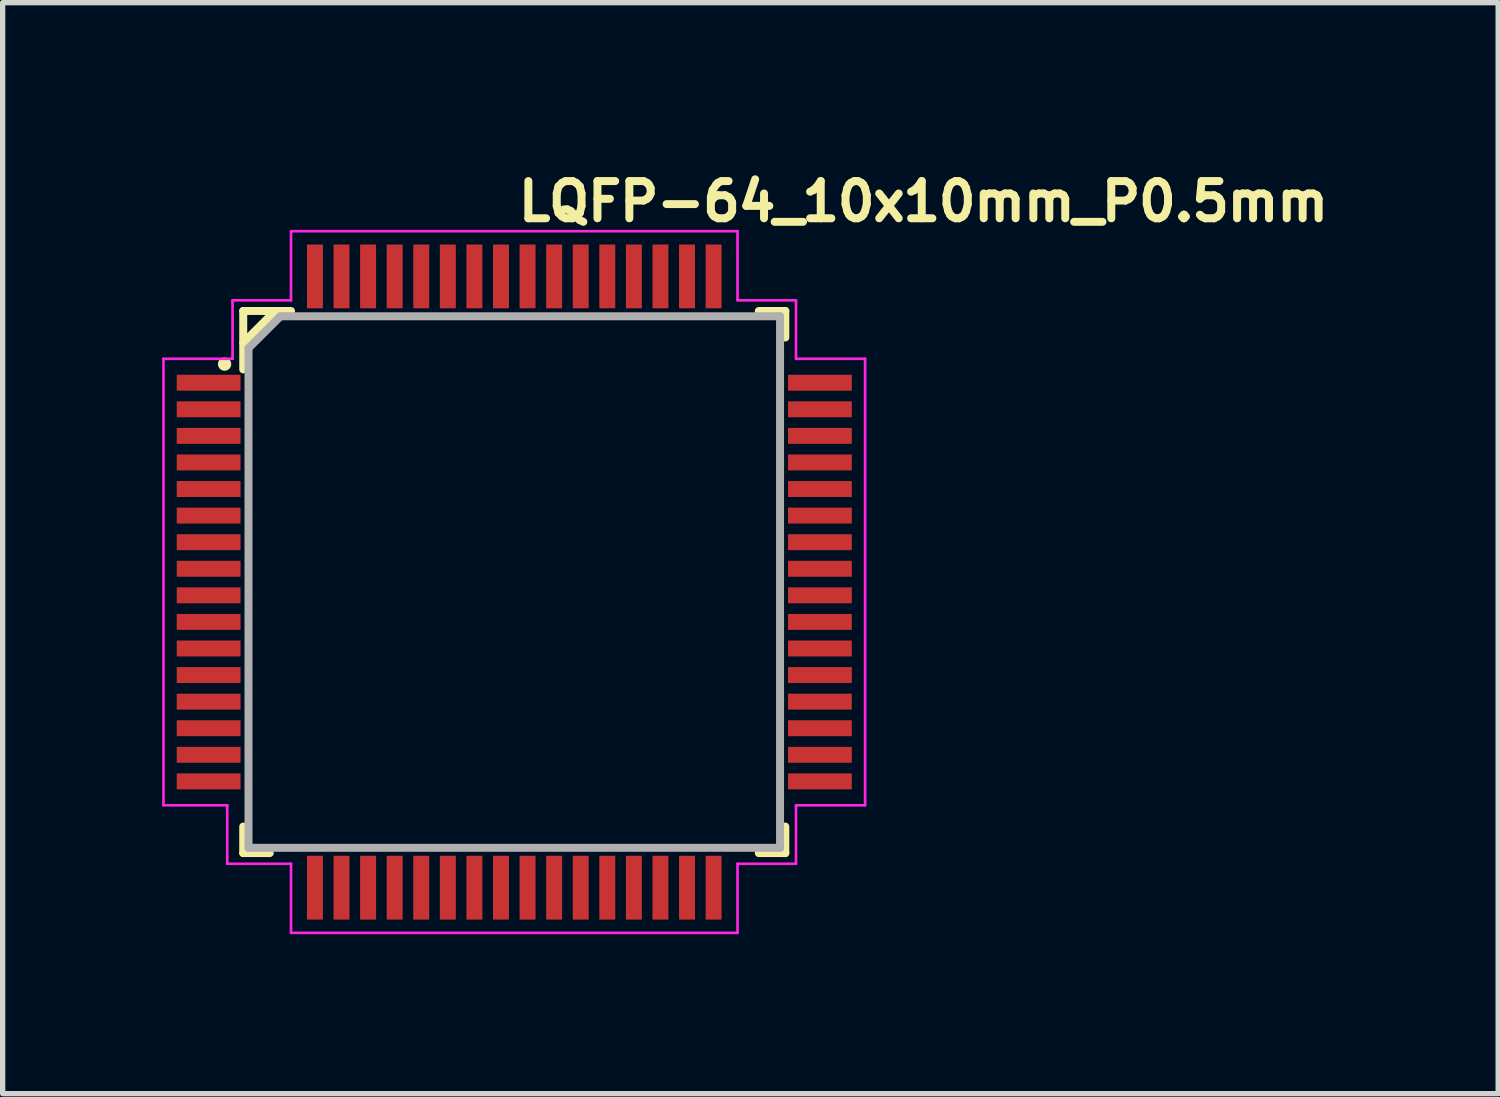
<source format=kicad_pcb>
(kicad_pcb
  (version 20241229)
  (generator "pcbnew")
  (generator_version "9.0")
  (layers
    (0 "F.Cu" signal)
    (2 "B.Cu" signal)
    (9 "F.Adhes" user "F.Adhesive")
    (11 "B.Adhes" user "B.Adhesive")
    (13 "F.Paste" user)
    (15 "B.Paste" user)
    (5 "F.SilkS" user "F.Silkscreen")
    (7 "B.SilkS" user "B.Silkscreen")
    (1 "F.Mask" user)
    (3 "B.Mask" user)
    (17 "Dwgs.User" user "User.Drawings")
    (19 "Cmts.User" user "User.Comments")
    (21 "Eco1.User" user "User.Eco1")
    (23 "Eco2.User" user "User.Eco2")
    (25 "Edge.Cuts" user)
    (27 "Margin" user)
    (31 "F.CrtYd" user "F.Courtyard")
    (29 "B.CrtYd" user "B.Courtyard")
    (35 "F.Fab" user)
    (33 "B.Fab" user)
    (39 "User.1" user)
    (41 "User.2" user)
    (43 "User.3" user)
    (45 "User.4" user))
  (footprint "LQFP-64_10x10mm_P0.5mm"
    (layer "F.Cu")
    (at 6.625 7.9)
    (property "Reference" "LQFP-64_10x10mm_P0.5mm" (at 0 -6.75 0) (layer "F.SilkS") (effects (font (size 0.7 0.7) (thickness 0.15)) (justify left bottom)))
    (attr smd)
    (fp_line (start -5.099 -5.1) (end -5.099 -4) (stroke (width 0.15) (type solid)) (layer "F.SilkS"))
    (fp_line (start -5.099 5.099) (end -5.099 4.6) (stroke (width 0.15) (type solid)) (layer "F.SilkS"))
    (fp_line (start -5.099 5.099) (end -4.6 5.099) (stroke (width 0.15) (type solid)) (layer "F.SilkS"))
    (fp_line (start -4.5 -5.099) (end -5.099 -4.5) (stroke (width 0.15) (type solid)) (layer "F.SilkS"))
    (fp_line (start -4.2 -5.099) (end -5.1 -5.1) (stroke (width 0.15) (type solid)) (layer "F.SilkS"))
    (fp_line (start 5.099 -5.099) (end 4.6 -5.099) (stroke (width 0.15) (type solid)) (layer "F.SilkS"))
    (fp_line (start 5.099 -5.099) (end 5.099 -4.6) (stroke (width 0.15) (type solid)) (layer "F.SilkS"))
    (fp_line (start 5.099 5.099) (end 4.6 5.099) (stroke (width 0.15) (type solid)) (layer "F.SilkS"))
    (fp_line (start 5.099 5.099) (end 5.099 4.6) (stroke (width 0.15) (type solid)) (layer "F.SilkS"))
    (fp_circle (center -5.45 -4.1) (end -5.45 -4.05) (stroke (width 0.15) (type solid)) (fill yes) (layer "F.SilkS"))
    (fp_line (start -6.6 -4.2) (end -5.3 -4.2) (stroke (width 0.05) (type solid)) (layer "F.CrtYd"))
    (fp_line (start -6.6 4.2) (end -6.6 -4.2) (stroke (width 0.05) (type solid)) (layer "F.CrtYd"))
    (fp_line (start -5.4 4.2) (end -6.6 4.2) (stroke (width 0.05) (type solid)) (layer "F.CrtYd"))
    (fp_line (start -5.4 5.3) (end -5.4 4.2) (stroke (width 0.05) (type solid)) (layer "F.CrtYd"))
    (fp_line (start -5.3 -5.3) (end -4.2 -5.3) (stroke (width 0.05) (type solid)) (layer "F.CrtYd"))
    (fp_line (start -5.3 -4.2) (end -5.3 -5.3) (stroke (width 0.05) (type solid)) (layer "F.CrtYd"))
    (fp_line (start -4.2 -6.6) (end 4.2 -6.6) (stroke (width 0.05) (type solid)) (layer "F.CrtYd"))
    (fp_line (start -4.2 -5.3) (end -4.2 -6.6) (stroke (width 0.05) (type solid)) (layer "F.CrtYd"))
    (fp_line (start -4.2 5.3) (end -5.4 5.3) (stroke (width 0.05) (type solid)) (layer "F.CrtYd"))
    (fp_line (start -4.2 6.6) (end -4.2 5.3) (stroke (width 0.05) (type solid)) (layer "F.CrtYd"))
    (fp_line (start 4.2 -6.6) (end 4.2 -5.3) (stroke (width 0.05) (type solid)) (layer "F.CrtYd"))
    (fp_line (start 4.2 -5.3) (end 5.3 -5.3) (stroke (width 0.05) (type solid)) (layer "F.CrtYd"))
    (fp_line (start 4.2 5.3) (end 4.2 6.6) (stroke (width 0.05) (type solid)) (layer "F.CrtYd"))
    (fp_line (start 4.2 6.6) (end -4.2 6.6) (stroke (width 0.05) (type solid)) (layer "F.CrtYd"))
    (fp_line (start 5.3 -5.3) (end 5.3 -4.2) (stroke (width 0.05) (type solid)) (layer "F.CrtYd"))
    (fp_line (start 5.3 -4.2) (end 6.6 -4.2) (stroke (width 0.05) (type solid)) (layer "F.CrtYd"))
    (fp_line (start 5.3 4.2) (end 5.3 5.3) (stroke (width 0.05) (type solid)) (layer "F.CrtYd"))
    (fp_line (start 5.3 5.3) (end 4.2 5.3) (stroke (width 0.05) (type solid)) (layer "F.CrtYd"))
    (fp_line (start 6.6 -4.2) (end 6.6 4.2) (stroke (width 0.05) (type solid)) (layer "F.CrtYd"))
    (fp_line (start 6.6 4.2) (end 5.3 4.2) (stroke (width 0.05) (type solid)) (layer "F.CrtYd"))
    (fp_line (start -5 -4.4) (end -5 5) (stroke (width 0.15) (type solid)) (layer "F.Fab"))
    (fp_line (start -5 5) (end 5 5) (stroke (width 0.15) (type solid)) (layer "F.Fab"))
    (fp_line (start -4.4 -5) (end -5 -4.4) (stroke (width 0.15) (type solid)) (layer "F.Fab"))
    (fp_line (start -4.4 -5) (end 5 -5) (stroke (width 0.15) (type solid)) (layer "F.Fab"))
    (fp_line (start 5 -5) (end 5 5) (stroke (width 0.15) (type solid)) (layer "F.Fab"))
    (fp_rect (start -6 -6) (end 6 6) (stroke (width 0.1) (type default)) (fill no) (layer "User.5"))
    (fp_line (start -6 -3.86) (end -5.5 -3.86) (stroke (width 0.01) (type solid)) (layer "User.9"))
    (fp_line (start -6 -3.64) (end -6 -3.86) (stroke (width 0.01) (type solid)) (layer "User.9"))
    (fp_line (start -6 -3.64) (end -5.5 -3.64) (stroke (width 0.01) (type solid)) (layer "User.9"))
    (fp_line (start -6 -3.36) (end -5.5 -3.36) (stroke (width 0.01) (type solid)) (layer "User.9"))
    (fp_line (start -6 -3.14) (end -6 -3.36) (stroke (width 0.01) (type solid)) (layer "User.9"))
    (fp_line (start -6 -3.14) (end -5.5 -3.14) (stroke (width 0.01) (type solid)) (layer "User.9"))
    (fp_line (start -6 -2.86) (end -5.5 -2.86) (stroke (width 0.01) (type solid)) (layer "User.9"))
    (fp_line (start -6 -2.64) (end -6 -2.86) (stroke (width 0.01) (type solid)) (layer "User.9"))
    (fp_line (start -6 -2.64) (end -5.5 -2.64) (stroke (width 0.01) (type solid)) (layer "User.9"))
    (fp_line (start -6 -2.36) (end -5.5 -2.36) (stroke (width 0.01) (type solid)) (layer "User.9"))
    (fp_line (start -6 -2.14) (end -6 -2.36) (stroke (width 0.01) (type solid)) (layer "User.9"))
    (fp_line (start -6 -2.14) (end -5.5 -2.14) (stroke (width 0.01) (type solid)) (layer "User.9"))
    (fp_line (start -6 -1.86) (end -5.5 -1.86) (stroke (width 0.01) (type solid)) (layer "User.9"))
    (fp_line (start -6 -1.64) (end -6 -1.86) (stroke (width 0.01) (type solid)) (layer "User.9"))
    (fp_line (start -6 -1.64) (end -5.5 -1.64) (stroke (width 0.01) (type solid)) (layer "User.9"))
    (fp_line (start -6 -1.36) (end -5.5 -1.36) (stroke (width 0.01) (type solid)) (layer "User.9"))
    (fp_line (start -6 -1.14) (end -6 -1.36) (stroke (width 0.01) (type solid)) (layer "User.9"))
    (fp_line (start -6 -1.14) (end -5.5 -1.14) (stroke (width 0.01) (type solid)) (layer "User.9"))
    (fp_line (start -6 -0.86) (end -5.5 -0.86) (stroke (width 0.01) (type solid)) (layer "User.9"))
    (fp_line (start -6 -0.64) (end -6 -0.86) (stroke (width 0.01) (type solid)) (layer "User.9"))
    (fp_line (start -6 -0.64) (end -5.5 -0.64) (stroke (width 0.01) (type solid)) (layer "User.9"))
    (fp_line (start -6 -0.36) (end -5.5 -0.36) (stroke (width 0.01) (type solid)) (layer "User.9"))
    (fp_line (start -6 -0.14) (end -6 -0.36) (stroke (width 0.01) (type solid)) (layer "User.9"))
    (fp_line (start -6 -0.14) (end -5.5 -0.14) (stroke (width 0.01) (type solid)) (layer "User.9"))
    (fp_line (start -6 0.14) (end -5.5 0.14) (stroke (width 0.01) (type solid)) (layer "User.9"))
    (fp_line (start -6 0.36) (end -6 0.14) (stroke (width 0.01) (type solid)) (layer "User.9"))
    (fp_line (start -6 0.36) (end -5.5 0.36) (stroke (width 0.01) (type solid)) (layer "User.9"))
    (fp_line (start -6 0.64) (end -5.5 0.64) (stroke (width 0.01) (type solid)) (layer "User.9"))
    (fp_line (start -6 0.86) (end -6 0.64) (stroke (width 0.01) (type solid)) (layer "User.9"))
    (fp_line (start -6 0.86) (end -5.5 0.86) (stroke (width 0.01) (type solid)) (layer "User.9"))
    (fp_line (start -6 1.14) (end -5.5 1.14) (stroke (width 0.01) (type solid)) (layer "User.9"))
    (fp_line (start -6 1.36) (end -6 1.14) (stroke (width 0.01) (type solid)) (layer "User.9"))
    (fp_line (start -6 1.36) (end -5.5 1.36) (stroke (width 0.01) (type solid)) (layer "User.9"))
    (fp_line (start -6 1.64) (end -5.5 1.64) (stroke (width 0.01) (type solid)) (layer "User.9"))
    (fp_line (start -6 1.86) (end -6 1.64) (stroke (width 0.01) (type solid)) (layer "User.9"))
    (fp_line (start -6 1.86) (end -5.5 1.86) (stroke (width 0.01) (type solid)) (layer "User.9"))
    (fp_line (start -6 2.14) (end -5.5 2.14) (stroke (width 0.01) (type solid)) (layer "User.9"))
    (fp_line (start -6 2.36) (end -6 2.14) (stroke (width 0.01) (type solid)) (layer "User.9"))
    (fp_line (start -6 2.36) (end -5.5 2.36) (stroke (width 0.01) (type solid)) (layer "User.9"))
    (fp_line (start -6 2.64) (end -5.5 2.64) (stroke (width 0.01) (type solid)) (layer "User.9"))
    (fp_line (start -6 2.86) (end -6 2.64) (stroke (width 0.01) (type solid)) (layer "User.9"))
    (fp_line (start -6 2.86) (end -5.5 2.86) (stroke (width 0.01) (type solid)) (layer "User.9"))
    (fp_line (start -6 3.14) (end -5.5 3.14) (stroke (width 0.01) (type solid)) (layer "User.9"))
    (fp_line (start -6 3.36) (end -6 3.14) (stroke (width 0.01) (type solid)) (layer "User.9"))
    (fp_line (start -6 3.36) (end -5.5 3.36) (stroke (width 0.01) (type solid)) (layer "User.9"))
    (fp_line (start -6 3.64) (end -5.5 3.64) (stroke (width 0.01) (type solid)) (layer "User.9"))
    (fp_line (start -6 3.86) (end -6 3.64) (stroke (width 0.01) (type solid)) (layer "User.9"))
    (fp_line (start -6 3.86) (end -5.5 3.86) (stroke (width 0.01) (type solid)) (layer "User.9"))
    (fp_line (start -5.5 -3.86) (end -5.4 -3.86) (stroke (width 0.01) (type solid)) (layer "User.9"))
    (fp_line (start -5.5 -3.64) (end -5.4 -3.64) (stroke (width 0.01) (type solid)) (layer "User.9"))
    (fp_line (start -5.5 -3.36) (end -5.4 -3.36) (stroke (width 0.01) (type solid)) (layer "User.9"))
    (fp_line (start -5.5 -3.14) (end -5.4 -3.14) (stroke (width 0.01) (type solid)) (layer "User.9"))
    (fp_line (start -5.5 -2.86) (end -5.4 -2.86) (stroke (width 0.01) (type solid)) (layer "User.9"))
    (fp_line (start -5.5 -2.64) (end -5.4 -2.64) (stroke (width 0.01) (type solid)) (layer "User.9"))
    (fp_line (start -5.5 -2.36) (end -5.4 -2.36) (stroke (width 0.01) (type solid)) (layer "User.9"))
    (fp_line (start -5.5 -2.14) (end -5.4 -2.14) (stroke (width 0.01) (type solid)) (layer "User.9"))
    (fp_line (start -5.5 -1.86) (end -5.4 -1.86) (stroke (width 0.01) (type solid)) (layer "User.9"))
    (fp_line (start -5.5 -1.64) (end -5.4 -1.64) (stroke (width 0.01) (type solid)) (layer "User.9"))
    (fp_line (start -5.5 -1.36) (end -5.4 -1.36) (stroke (width 0.01) (type solid)) (layer "User.9"))
    (fp_line (start -5.5 -1.14) (end -5.4 -1.14) (stroke (width 0.01) (type solid)) (layer "User.9"))
    (fp_line (start -5.5 -0.86) (end -5.4 -0.86) (stroke (width 0.01) (type solid)) (layer "User.9"))
    (fp_line (start -5.5 -0.64) (end -5.4 -0.64) (stroke (width 0.01) (type solid)) (layer "User.9"))
    (fp_line (start -5.5 -0.36) (end -5.4 -0.36) (stroke (width 0.01) (type solid)) (layer "User.9"))
    (fp_line (start -5.5 -0.14) (end -5.4 -0.14) (stroke (width 0.01) (type solid)) (layer "User.9"))
    (fp_line (start -5.5 0.14) (end -5.4 0.14) (stroke (width 0.01) (type solid)) (layer "User.9"))
    (fp_line (start -5.5 0.36) (end -5.4 0.36) (stroke (width 0.01) (type solid)) (layer "User.9"))
    (fp_line (start -5.5 0.64) (end -5.4 0.64) (stroke (width 0.01) (type solid)) (layer "User.9"))
    (fp_line (start -5.5 0.86) (end -5.4 0.86) (stroke (width 0.01) (type solid)) (layer "User.9"))
    (fp_line (start -5.5 1.14) (end -5.4 1.14) (stroke (width 0.01) (type solid)) (layer "User.9"))
    (fp_line (start -5.5 1.36) (end -5.4 1.36) (stroke (width 0.01) (type solid)) (layer "User.9"))
    (fp_line (start -5.5 1.64) (end -5.4 1.64) (stroke (width 0.01) (type solid)) (layer "User.9"))
    (fp_line (start -5.5 1.86) (end -5.4 1.86) (stroke (width 0.01) (type solid)) (layer "User.9"))
    (fp_line (start -5.5 2.14) (end -5.4 2.14) (stroke (width 0.01) (type solid)) (layer "User.9"))
    (fp_line (start -5.5 2.36) (end -5.4 2.36) (stroke (width 0.01) (type solid)) (layer "User.9"))
    (fp_line (start -5.5 2.64) (end -5.4 2.64) (stroke (width 0.01) (type solid)) (layer "User.9"))
    (fp_line (start -5.5 2.86) (end -5.4 2.86) (stroke (width 0.01) (type solid)) (layer "User.9"))
    (fp_line (start -5.5 3.14) (end -5.4 3.14) (stroke (width 0.01) (type solid)) (layer "User.9"))
    (fp_line (start -5.5 3.36) (end -5.4 3.36) (stroke (width 0.01) (type solid)) (layer "User.9"))
    (fp_line (start -5.5 3.64) (end -5.4 3.64) (stroke (width 0.01) (type solid)) (layer "User.9"))
    (fp_line (start -5.5 3.86) (end -5.4 3.86) (stroke (width 0.01) (type solid)) (layer "User.9"))
    (fp_line (start -5.4 -3.86) (end -5.2 -3.86) (stroke (width 0.01) (type solid)) (layer "User.9"))
    (fp_line (start -5.4 -3.64) (end -5.4 -3.86) (stroke (width 0.01) (type solid)) (layer "User.9"))
    (fp_line (start -5.4 -3.64) (end -5.2 -3.64) (stroke (width 0.01) (type solid)) (layer "User.9"))
    (fp_line (start -5.4 -3.36) (end -5.2 -3.36) (stroke (width 0.01) (type solid)) (layer "User.9"))
    (fp_line (start -5.4 -3.14) (end -5.4 -3.36) (stroke (width 0.01) (type solid)) (layer "User.9"))
    (fp_line (start -5.4 -3.14) (end -5.2 -3.14) (stroke (width 0.01) (type solid)) (layer "User.9"))
    (fp_line (start -5.4 -2.86) (end -5.2 -2.86) (stroke (width 0.01) (type solid)) (layer "User.9"))
    (fp_line (start -5.4 -2.64) (end -5.4 -2.86) (stroke (width 0.01) (type solid)) (layer "User.9"))
    (fp_line (start -5.4 -2.64) (end -5.2 -2.64) (stroke (width 0.01) (type solid)) (layer "User.9"))
    (fp_line (start -5.4 -2.36) (end -5.2 -2.36) (stroke (width 0.01) (type solid)) (layer "User.9"))
    (fp_line (start -5.4 -2.14) (end -5.4 -2.36) (stroke (width 0.01) (type solid)) (layer "User.9"))
    (fp_line (start -5.4 -2.14) (end -5.2 -2.14) (stroke (width 0.01) (type solid)) (layer "User.9"))
    (fp_line (start -5.4 -1.86) (end -5.2 -1.86) (stroke (width 0.01) (type solid)) (layer "User.9"))
    (fp_line (start -5.4 -1.64) (end -5.4 -1.86) (stroke (width 0.01) (type solid)) (layer "User.9"))
    (fp_line (start -5.4 -1.64) (end -5.2 -1.64) (stroke (width 0.01) (type solid)) (layer "User.9"))
    (fp_line (start -5.4 -1.36) (end -5.2 -1.36) (stroke (width 0.01) (type solid)) (layer "User.9"))
    (fp_line (start -5.4 -1.14) (end -5.4 -1.36) (stroke (width 0.01) (type solid)) (layer "User.9"))
    (fp_line (start -5.4 -1.14) (end -5.2 -1.14) (stroke (width 0.01) (type solid)) (layer "User.9"))
    (fp_line (start -5.4 -0.86) (end -5.2 -0.86) (stroke (width 0.01) (type solid)) (layer "User.9"))
    (fp_line (start -5.4 -0.64) (end -5.4 -0.86) (stroke (width 0.01) (type solid)) (layer "User.9"))
    (fp_line (start -5.4 -0.64) (end -5.2 -0.64) (stroke (width 0.01) (type solid)) (layer "User.9"))
    (fp_line (start -5.4 -0.36) (end -5.2 -0.36) (stroke (width 0.01) (type solid)) (layer "User.9"))
    (fp_line (start -5.4 -0.14) (end -5.4 -0.36) (stroke (width 0.01) (type solid)) (layer "User.9"))
    (fp_line (start -5.4 -0.14) (end -5.2 -0.14) (stroke (width 0.01) (type solid)) (layer "User.9"))
    (fp_line (start -5.4 0.14) (end -5.2 0.14) (stroke (width 0.01) (type solid)) (layer "User.9"))
    (fp_line (start -5.4 0.36) (end -5.4 0.14) (stroke (width 0.01) (type solid)) (layer "User.9"))
    (fp_line (start -5.4 0.36) (end -5.2 0.36) (stroke (width 0.01) (type solid)) (layer "User.9"))
    (fp_line (start -5.4 0.64) (end -5.2 0.64) (stroke (width 0.01) (type solid)) (layer "User.9"))
    (fp_line (start -5.4 0.86) (end -5.4 0.64) (stroke (width 0.01) (type solid)) (layer "User.9"))
    (fp_line (start -5.4 0.86) (end -5.2 0.86) (stroke (width 0.01) (type solid)) (layer "User.9"))
    (fp_line (start -5.4 1.14) (end -5.2 1.14) (stroke (width 0.01) (type solid)) (layer "User.9"))
    (fp_line (start -5.4 1.36) (end -5.4 1.14) (stroke (width 0.01) (type solid)) (layer "User.9"))
    (fp_line (start -5.4 1.36) (end -5.2 1.36) (stroke (width 0.01) (type solid)) (layer "User.9"))
    (fp_line (start -5.4 1.64) (end -5.2 1.64) (stroke (width 0.01) (type solid)) (layer "User.9"))
    (fp_line (start -5.4 1.86) (end -5.4 1.64) (stroke (width 0.01) (type solid)) (layer "User.9"))
    (fp_line (start -5.4 1.86) (end -5.2 1.86) (stroke (width 0.01) (type solid)) (layer "User.9"))
    (fp_line (start -5.4 2.14) (end -5.2 2.14) (stroke (width 0.01) (type solid)) (layer "User.9"))
    (fp_line (start -5.4 2.36) (end -5.4 2.14) (stroke (width 0.01) (type solid)) (layer "User.9"))
    (fp_line (start -5.4 2.36) (end -5.2 2.36) (stroke (width 0.01) (type solid)) (layer "User.9"))
    (fp_line (start -5.4 2.64) (end -5.2 2.64) (stroke (width 0.01) (type solid)) (layer "User.9"))
    (fp_line (start -5.4 2.86) (end -5.4 2.64) (stroke (width 0.01) (type solid)) (layer "User.9"))
    (fp_line (start -5.4 2.86) (end -5.2 2.86) (stroke (width 0.01) (type solid)) (layer "User.9"))
    (fp_line (start -5.4 3.14) (end -5.2 3.14) (stroke (width 0.01) (type solid)) (layer "User.9"))
    (fp_line (start -5.4 3.36) (end -5.4 3.14) (stroke (width 0.01) (type solid)) (layer "User.9"))
    (fp_line (start -5.4 3.36) (end -5.2 3.36) (stroke (width 0.01) (type solid)) (layer "User.9"))
    (fp_line (start -5.4 3.64) (end -5.2 3.64) (stroke (width 0.01) (type solid)) (layer "User.9"))
    (fp_line (start -5.4 3.86) (end -5.4 3.64) (stroke (width 0.01) (type solid)) (layer "User.9"))
    (fp_line (start -5.4 3.86) (end -5.2 3.86) (stroke (width 0.01) (type solid)) (layer "User.9"))
    (fp_line (start -5.2 -3.86) (end -5 -3.86) (stroke (width 0.01) (type solid)) (layer "User.9"))
    (fp_line (start -5.2 -3.64) (end -5 -3.64) (stroke (width 0.01) (type solid)) (layer "User.9"))
    (fp_line (start -5.2 -3.36) (end -5 -3.36) (stroke (width 0.01) (type solid)) (layer "User.9"))
    (fp_line (start -5.2 -3.14) (end -5 -3.14) (stroke (width 0.01) (type solid)) (layer "User.9"))
    (fp_line (start -5.2 -2.86) (end -5 -2.86) (stroke (width 0.01) (type solid)) (layer "User.9"))
    (fp_line (start -5.2 -2.64) (end -5 -2.64) (stroke (width 0.01) (type solid)) (layer "User.9"))
    (fp_line (start -5.2 -2.36) (end -5 -2.36) (stroke (width 0.01) (type solid)) (layer "User.9"))
    (fp_line (start -5.2 -2.14) (end -5 -2.14) (stroke (width 0.01) (type solid)) (layer "User.9"))
    (fp_line (start -5.2 -1.86) (end -5 -1.86) (stroke (width 0.01) (type solid)) (layer "User.9"))
    (fp_line (start -5.2 -1.64) (end -5 -1.64) (stroke (width 0.01) (type solid)) (layer "User.9"))
    (fp_line (start -5.2 -1.36) (end -5 -1.36) (stroke (width 0.01) (type solid)) (layer "User.9"))
    (fp_line (start -5.2 -1.14) (end -5 -1.14) (stroke (width 0.01) (type solid)) (layer "User.9"))
    (fp_line (start -5.2 -0.86) (end -5 -0.86) (stroke (width 0.01) (type solid)) (layer "User.9"))
    (fp_line (start -5.2 -0.64) (end -5 -0.64) (stroke (width 0.01) (type solid)) (layer "User.9"))
    (fp_line (start -5.2 -0.36) (end -5 -0.36) (stroke (width 0.01) (type solid)) (layer "User.9"))
    (fp_line (start -5.2 -0.14) (end -5 -0.14) (stroke (width 0.01) (type solid)) (layer "User.9"))
    (fp_line (start -5.2 0.14) (end -5 0.14) (stroke (width 0.01) (type solid)) (layer "User.9"))
    (fp_line (start -5.2 0.36) (end -5 0.36) (stroke (width 0.01) (type solid)) (layer "User.9"))
    (fp_line (start -5.2 0.64) (end -5 0.64) (stroke (width 0.01) (type solid)) (layer "User.9"))
    (fp_line (start -5.2 0.86) (end -5 0.86) (stroke (width 0.01) (type solid)) (layer "User.9"))
    (fp_line (start -5.2 1.14) (end -5 1.14) (stroke (width 0.01) (type solid)) (layer "User.9"))
    (fp_line (start -5.2 1.36) (end -5 1.36) (stroke (width 0.01) (type solid)) (layer "User.9"))
    (fp_line (start -5.2 1.64) (end -5 1.64) (stroke (width 0.01) (type solid)) (layer "User.9"))
    (fp_line (start -5.2 1.86) (end -5 1.86) (stroke (width 0.01) (type solid)) (layer "User.9"))
    (fp_line (start -5.2 2.14) (end -5 2.14) (stroke (width 0.01) (type solid)) (layer "User.9"))
    (fp_line (start -5.2 2.36) (end -5 2.36) (stroke (width 0.01) (type solid)) (layer "User.9"))
    (fp_line (start -5.2 2.64) (end -5 2.64) (stroke (width 0.01) (type solid)) (layer "User.9"))
    (fp_line (start -5.2 2.86) (end -5 2.86) (stroke (width 0.01) (type solid)) (layer "User.9"))
    (fp_line (start -5.2 3.14) (end -5 3.14) (stroke (width 0.01) (type solid)) (layer "User.9"))
    (fp_line (start -5.2 3.36) (end -5 3.36) (stroke (width 0.01) (type solid)) (layer "User.9"))
    (fp_line (start -5.2 3.64) (end -5 3.64) (stroke (width 0.01) (type solid)) (layer "User.9"))
    (fp_line (start -5.2 3.86) (end -5 3.86) (stroke (width 0.01) (type solid)) (layer "User.9"))
    (fp_line (start -5 -4.83) (end -4.83 -5) (stroke (width 0.01) (type solid)) (layer "User.9"))
    (fp_line (start -5 -4.83) (end -4.795 -4.723) (stroke (width 0.01) (type solid)) (layer "User.9"))
    (fp_line (start -5 4.83) (end -5 -4.83) (stroke (width 0.01) (type solid)) (layer "User.9"))
    (fp_line (start -5 4.83) (end -4.795 4.723) (stroke (width 0.01) (type solid)) (layer "User.9"))
    (fp_line (start -4.925 -4.787) (end -4.787 -4.925) (stroke (width 0.01) (type solid)) (layer "User.9"))
    (fp_line (start -4.925 -3.86) (end -4.925 -4.787) (stroke (width 0.01) (type solid)) (layer "User.9"))
    (fp_line (start -4.925 -3.64) (end -4.925 -3.86) (stroke (width 0.01) (type solid)) (layer "User.9"))
    (fp_line (start -4.925 -3.36) (end -4.925 -3.64) (stroke (width 0.01) (type solid)) (layer "User.9"))
    (fp_line (start -4.925 -3.14) (end -4.925 -3.36) (stroke (width 0.01) (type solid)) (layer "User.9"))
    (fp_line (start -4.925 -2.86) (end -4.925 -3.14) (stroke (width 0.01) (type solid)) (layer "User.9"))
    (fp_line (start -4.925 -2.64) (end -4.925 -2.86) (stroke (width 0.01) (type solid)) (layer "User.9"))
    (fp_line (start -4.925 -2.36) (end -4.925 -2.64) (stroke (width 0.01) (type solid)) (layer "User.9"))
    (fp_line (start -4.925 -2.14) (end -4.925 -2.36) (stroke (width 0.01) (type solid)) (layer "User.9"))
    (fp_line (start -4.925 -1.86) (end -4.925 -2.14) (stroke (width 0.01) (type solid)) (layer "User.9"))
    (fp_line (start -4.925 -1.64) (end -4.925 -1.86) (stroke (width 0.01) (type solid)) (layer "User.9"))
    (fp_line (start -4.925 -1.36) (end -4.925 -1.64) (stroke (width 0.01) (type solid)) (layer "User.9"))
    (fp_line (start -4.925 -1.14) (end -4.925 -1.36) (stroke (width 0.01) (type solid)) (layer "User.9"))
    (fp_line (start -4.925 -0.86) (end -4.925 -1.14) (stroke (width 0.01) (type solid)) (layer "User.9"))
    (fp_line (start -4.925 -0.64) (end -4.925 -0.86) (stroke (width 0.01) (type solid)) (layer "User.9"))
    (fp_line (start -4.925 -0.36) (end -4.925 -0.64) (stroke (width 0.01) (type solid)) (layer "User.9"))
    (fp_line (start -4.925 -0.14) (end -4.925 -0.36) (stroke (width 0.01) (type solid)) (layer "User.9"))
    (fp_line (start -4.925 0.14) (end -4.925 -0.14) (stroke (width 0.01) (type solid)) (layer "User.9"))
    (fp_line (start -4.925 0.36) (end -4.925 0.14) (stroke (width 0.01) (type solid)) (layer "User.9"))
    (fp_line (start -4.925 0.64) (end -4.925 0.36) (stroke (width 0.01) (type solid)) (layer "User.9"))
    (fp_line (start -4.925 0.86) (end -4.925 0.64) (stroke (width 0.01) (type solid)) (layer "User.9"))
    (fp_line (start -4.925 1.14) (end -4.925 0.86) (stroke (width 0.01) (type solid)) (layer "User.9"))
    (fp_line (start -4.925 1.36) (end -4.925 1.14) (stroke (width 0.01) (type solid)) (layer "User.9"))
    (fp_line (start -4.925 1.64) (end -4.925 1.36) (stroke (width 0.01) (type solid)) (layer "User.9"))
    (fp_line (start -4.925 1.86) (end -4.925 1.64) (stroke (width 0.01) (type solid)) (layer "User.9"))
    (fp_line (start -4.925 2.14) (end -4.925 1.86) (stroke (width 0.01) (type solid)) (layer "User.9"))
    (fp_line (start -4.925 2.36) (end -4.925 2.14) (stroke (width 0.01) (type solid)) (layer "User.9"))
    (fp_line (start -4.925 2.64) (end -4.925 2.36) (stroke (width 0.01) (type solid)) (layer "User.9"))
    (fp_line (start -4.925 2.86) (end -4.925 2.64) (stroke (width 0.01) (type solid)) (layer "User.9"))
    (fp_line (start -4.925 3.14) (end -4.925 2.86) (stroke (width 0.01) (type solid)) (layer "User.9"))
    (fp_line (start -4.925 3.36) (end -4.925 3.14) (stroke (width 0.01) (type solid)) (layer "User.9"))
    (fp_line (start -4.925 3.64) (end -4.925 3.36) (stroke (width 0.01) (type solid)) (layer "User.9"))
    (fp_line (start -4.925 3.86) (end -4.925 3.64) (stroke (width 0.01) (type solid)) (layer "User.9"))
    (fp_line (start -4.925 4.787) (end -4.925 3.86) (stroke (width 0.01) (type solid)) (layer "User.9"))
    (fp_line (start -4.83 -5) (end -4.723 -4.795) (stroke (width 0.01) (type solid)) (layer "User.9"))
    (fp_line (start -4.83 -5) (end 4.83 -5) (stroke (width 0.01) (type solid)) (layer "User.9"))
    (fp_line (start -4.83 5) (end -5 4.83) (stroke (width 0.01) (type solid)) (layer "User.9"))
    (fp_line (start -4.83 5) (end -4.723 4.795) (stroke (width 0.01) (type solid)) (layer "User.9"))
    (fp_line (start -4.795 4.723) (end -4.795 -4.723) (stroke (width 0.01) (type solid)) (layer "User.9"))
    (fp_line (start -4.795 -4.723) (end -4.723 -4.795) (stroke (width 0.01) (type solid)) (layer "User.9"))
    (fp_line (start -4.787 -4.925) (end -3.86 -4.925) (stroke (width 0.01) (type solid)) (layer "User.9"))
    (fp_line (start -4.787 4.925) (end -4.925 4.787) (stroke (width 0.01) (type solid)) (layer "User.9"))
    (fp_line (start -4.723 -4.795) (end 4.723 -4.795) (stroke (width 0.01) (type solid)) (layer "User.9"))
    (fp_line (start -4.723 4.795) (end -4.795 4.723) (stroke (width 0.01) (type solid)) (layer "User.9"))
    (fp_line (start -3.86 -6) (end -3.86 -5.5) (stroke (width 0.01) (type solid)) (layer "User.9"))
    (fp_line (start -3.86 -6) (end -3.64 -6) (stroke (width 0.01) (type solid)) (layer "User.9"))
    (fp_line (start -3.86 -5.5) (end -3.86 -5.4) (stroke (width 0.01) (type solid)) (layer "User.9"))
    (fp_line (start -3.86 -5.4) (end -3.86 -5.2) (stroke (width 0.01) (type solid)) (layer "User.9"))
    (fp_line (start -3.86 -5.4) (end -3.64 -5.4) (stroke (width 0.01) (type solid)) (layer "User.9"))
    (fp_line (start -3.86 -5.2) (end -3.86 -5) (stroke (width 0.01) (type solid)) (layer "User.9"))
    (fp_line (start -3.86 -4.925) (end -3.64 -4.925) (stroke (width 0.01) (type solid)) (layer "User.9"))
    (fp_line (start -3.86 4.925) (end -4.787 4.925) (stroke (width 0.01) (type solid)) (layer "User.9"))
    (fp_line (start -3.86 5.2) (end -3.86 5) (stroke (width 0.01) (type solid)) (layer "User.9"))
    (fp_line (start -3.86 5.4) (end -3.86 5.2) (stroke (width 0.01) (type solid)) (layer "User.9"))
    (fp_line (start -3.86 5.5) (end -3.86 5.4) (stroke (width 0.01) (type solid)) (layer "User.9"))
    (fp_line (start -3.86 6) (end -3.86 5.5) (stroke (width 0.01) (type solid)) (layer "User.9"))
    (fp_line (start -3.64 -6) (end -3.64 -5.5) (stroke (width 0.01) (type solid)) (layer "User.9"))
    (fp_line (start -3.64 -5.5) (end -3.64 -5.4) (stroke (width 0.01) (type solid)) (layer "User.9"))
    (fp_line (start -3.64 -5.4) (end -3.64 -5.2) (stroke (width 0.01) (type solid)) (layer "User.9"))
    (fp_line (start -3.64 -5.2) (end -3.64 -5) (stroke (width 0.01) (type solid)) (layer "User.9"))
    (fp_line (start -3.64 -4.925) (end -3.36 -4.925) (stroke (width 0.01) (type solid)) (layer "User.9"))
    (fp_line (start -3.64 4.925) (end -3.86 4.925) (stroke (width 0.01) (type solid)) (layer "User.9"))
    (fp_line (start -3.64 5.2) (end -3.64 5) (stroke (width 0.01) (type solid)) (layer "User.9"))
    (fp_line (start -3.64 5.4) (end -3.86 5.4) (stroke (width 0.01) (type solid)) (layer "User.9"))
    (fp_line (start -3.64 5.4) (end -3.64 5.2) (stroke (width 0.01) (type solid)) (layer "User.9"))
    (fp_line (start -3.64 5.5) (end -3.64 5.4) (stroke (width 0.01) (type solid)) (layer "User.9"))
    (fp_line (start -3.64 6) (end -3.86 6) (stroke (width 0.01) (type solid)) (layer "User.9"))
    (fp_line (start -3.64 6) (end -3.64 5.5) (stroke (width 0.01) (type solid)) (layer "User.9"))
    (fp_line (start -3.36 -6) (end -3.36 -5.5) (stroke (width 0.01) (type solid)) (layer "User.9"))
    (fp_line (start -3.36 -6) (end -3.14 -6) (stroke (width 0.01) (type solid)) (layer "User.9"))
    (fp_line (start -3.36 -5.5) (end -3.36 -5.4) (stroke (width 0.01) (type solid)) (layer "User.9"))
    (fp_line (start -3.36 -5.4) (end -3.36 -5.2) (stroke (width 0.01) (type solid)) (layer "User.9"))
    (fp_line (start -3.36 -5.4) (end -3.14 -5.4) (stroke (width 0.01) (type solid)) (layer "User.9"))
    (fp_line (start -3.36 -5.2) (end -3.36 -5) (stroke (width 0.01) (type solid)) (layer "User.9"))
    (fp_line (start -3.36 -4.925) (end -3.14 -4.925) (stroke (width 0.01) (type solid)) (layer "User.9"))
    (fp_line (start -3.36 4.925) (end -3.64 4.925) (stroke (width 0.01) (type solid)) (layer "User.9"))
    (fp_line (start -3.36 5.2) (end -3.36 5) (stroke (width 0.01) (type solid)) (layer "User.9"))
    (fp_line (start -3.36 5.4) (end -3.36 5.2) (stroke (width 0.01) (type solid)) (layer "User.9"))
    (fp_line (start -3.36 5.5) (end -3.36 5.4) (stroke (width 0.01) (type solid)) (layer "User.9"))
    (fp_line (start -3.36 6) (end -3.36 5.5) (stroke (width 0.01) (type solid)) (layer "User.9"))
    (fp_line (start -3.14 -6) (end -3.14 -5.5) (stroke (width 0.01) (type solid)) (layer "User.9"))
    (fp_line (start -3.14 -5.5) (end -3.14 -5.4) (stroke (width 0.01) (type solid)) (layer "User.9"))
    (fp_line (start -3.14 -5.4) (end -3.14 -5.2) (stroke (width 0.01) (type solid)) (layer "User.9"))
    (fp_line (start -3.14 -5.2) (end -3.14 -5) (stroke (width 0.01) (type solid)) (layer "User.9"))
    (fp_line (start -3.14 -4.925) (end -2.86 -4.925) (stroke (width 0.01) (type solid)) (layer "User.9"))
    (fp_line (start -3.14 4.925) (end -3.36 4.925) (stroke (width 0.01) (type solid)) (layer "User.9"))
    (fp_line (start -3.14 5.2) (end -3.14 5) (stroke (width 0.01) (type solid)) (layer "User.9"))
    (fp_line (start -3.14 5.4) (end -3.36 5.4) (stroke (width 0.01) (type solid)) (layer "User.9"))
    (fp_line (start -3.14 5.4) (end -3.14 5.2) (stroke (width 0.01) (type solid)) (layer "User.9"))
    (fp_line (start -3.14 5.5) (end -3.14 5.4) (stroke (width 0.01) (type solid)) (layer "User.9"))
    (fp_line (start -3.14 6) (end -3.36 6) (stroke (width 0.01) (type solid)) (layer "User.9"))
    (fp_line (start -3.14 6) (end -3.14 5.5) (stroke (width 0.01) (type solid)) (layer "User.9"))
    (fp_line (start -2.86 -6) (end -2.86 -5.5) (stroke (width 0.01) (type solid)) (layer "User.9"))
    (fp_line (start -2.86 -6) (end -2.64 -6) (stroke (width 0.01) (type solid)) (layer "User.9"))
    (fp_line (start -2.86 -5.5) (end -2.86 -5.4) (stroke (width 0.01) (type solid)) (layer "User.9"))
    (fp_line (start -2.86 -5.4) (end -2.86 -5.2) (stroke (width 0.01) (type solid)) (layer "User.9"))
    (fp_line (start -2.86 -5.4) (end -2.64 -5.4) (stroke (width 0.01) (type solid)) (layer "User.9"))
    (fp_line (start -2.86 -5.2) (end -2.86 -5) (stroke (width 0.01) (type solid)) (layer "User.9"))
    (fp_line (start -2.86 -4.925) (end -2.64 -4.925) (stroke (width 0.01) (type solid)) (layer "User.9"))
    (fp_line (start -2.86 4.925) (end -3.14 4.925) (stroke (width 0.01) (type solid)) (layer "User.9"))
    (fp_line (start -2.86 5.2) (end -2.86 5) (stroke (width 0.01) (type solid)) (layer "User.9"))
    (fp_line (start -2.86 5.4) (end -2.86 5.2) (stroke (width 0.01) (type solid)) (layer "User.9"))
    (fp_line (start -2.86 5.5) (end -2.86 5.4) (stroke (width 0.01) (type solid)) (layer "User.9"))
    (fp_line (start -2.86 6) (end -2.86 5.5) (stroke (width 0.01) (type solid)) (layer "User.9"))
    (fp_line (start -2.64 -6) (end -2.64 -5.5) (stroke (width 0.01) (type solid)) (layer "User.9"))
    (fp_line (start -2.64 -5.5) (end -2.64 -5.4) (stroke (width 0.01) (type solid)) (layer "User.9"))
    (fp_line (start -2.64 -5.4) (end -2.64 -5.2) (stroke (width 0.01) (type solid)) (layer "User.9"))
    (fp_line (start -2.64 -5.2) (end -2.64 -5) (stroke (width 0.01) (type solid)) (layer "User.9"))
    (fp_line (start -2.64 -4.925) (end -2.36 -4.925) (stroke (width 0.01) (type solid)) (layer "User.9"))
    (fp_line (start -2.64 4.925) (end -2.86 4.925) (stroke (width 0.01) (type solid)) (layer "User.9"))
    (fp_line (start -2.64 5.2) (end -2.64 5) (stroke (width 0.01) (type solid)) (layer "User.9"))
    (fp_line (start -2.64 5.4) (end -2.86 5.4) (stroke (width 0.01) (type solid)) (layer "User.9"))
    (fp_line (start -2.64 5.4) (end -2.64 5.2) (stroke (width 0.01) (type solid)) (layer "User.9"))
    (fp_line (start -2.64 5.5) (end -2.64 5.4) (stroke (width 0.01) (type solid)) (layer "User.9"))
    (fp_line (start -2.64 6) (end -2.86 6) (stroke (width 0.01) (type solid)) (layer "User.9"))
    (fp_line (start -2.64 6) (end -2.64 5.5) (stroke (width 0.01) (type solid)) (layer "User.9"))
    (fp_line (start -2.36 -6) (end -2.36 -5.5) (stroke (width 0.01) (type solid)) (layer "User.9"))
    (fp_line (start -2.36 -6) (end -2.14 -6) (stroke (width 0.01) (type solid)) (layer "User.9"))
    (fp_line (start -2.36 -5.5) (end -2.36 -5.4) (stroke (width 0.01) (type solid)) (layer "User.9"))
    (fp_line (start -2.36 -5.4) (end -2.36 -5.2) (stroke (width 0.01) (type solid)) (layer "User.9"))
    (fp_line (start -2.36 -5.4) (end -2.14 -5.4) (stroke (width 0.01) (type solid)) (layer "User.9"))
    (fp_line (start -2.36 -5.2) (end -2.36 -5) (stroke (width 0.01) (type solid)) (layer "User.9"))
    (fp_line (start -2.36 -4.925) (end -2.14 -4.925) (stroke (width 0.01) (type solid)) (layer "User.9"))
    (fp_line (start -2.36 4.925) (end -2.64 4.925) (stroke (width 0.01) (type solid)) (layer "User.9"))
    (fp_line (start -2.36 5.2) (end -2.36 5) (stroke (width 0.01) (type solid)) (layer "User.9"))
    (fp_line (start -2.36 5.4) (end -2.36 5.2) (stroke (width 0.01) (type solid)) (layer "User.9"))
    (fp_line (start -2.36 5.5) (end -2.36 5.4) (stroke (width 0.01) (type solid)) (layer "User.9"))
    (fp_line (start -2.36 6) (end -2.36 5.5) (stroke (width 0.01) (type solid)) (layer "User.9"))
    (fp_line (start -2.14 -6) (end -2.14 -5.5) (stroke (width 0.01) (type solid)) (layer "User.9"))
    (fp_line (start -2.14 -5.5) (end -2.14 -5.4) (stroke (width 0.01) (type solid)) (layer "User.9"))
    (fp_line (start -2.14 -5.4) (end -2.14 -5.2) (stroke (width 0.01) (type solid)) (layer "User.9"))
    (fp_line (start -2.14 -5.2) (end -2.14 -5) (stroke (width 0.01) (type solid)) (layer "User.9"))
    (fp_line (start -2.14 -4.925) (end -1.86 -4.925) (stroke (width 0.01) (type solid)) (layer "User.9"))
    (fp_line (start -2.14 4.925) (end -2.36 4.925) (stroke (width 0.01) (type solid)) (layer "User.9"))
    (fp_line (start -2.14 5.2) (end -2.14 5) (stroke (width 0.01) (type solid)) (layer "User.9"))
    (fp_line (start -2.14 5.4) (end -2.36 5.4) (stroke (width 0.01) (type solid)) (layer "User.9"))
    (fp_line (start -2.14 5.4) (end -2.14 5.2) (stroke (width 0.01) (type solid)) (layer "User.9"))
    (fp_line (start -2.14 5.5) (end -2.14 5.4) (stroke (width 0.01) (type solid)) (layer "User.9"))
    (fp_line (start -2.14 6) (end -2.36 6) (stroke (width 0.01) (type solid)) (layer "User.9"))
    (fp_line (start -2.14 6) (end -2.14 5.5) (stroke (width 0.01) (type solid)) (layer "User.9"))
    (fp_line (start -1.86 -6) (end -1.86 -5.5) (stroke (width 0.01) (type solid)) (layer "User.9"))
    (fp_line (start -1.86 -6) (end -1.64 -6) (stroke (width 0.01) (type solid)) (layer "User.9"))
    (fp_line (start -1.86 -5.5) (end -1.86 -5.4) (stroke (width 0.01) (type solid)) (layer "User.9"))
    (fp_line (start -1.86 -5.4) (end -1.86 -5.2) (stroke (width 0.01) (type solid)) (layer "User.9"))
    (fp_line (start -1.86 -5.4) (end -1.64 -5.4) (stroke (width 0.01) (type solid)) (layer "User.9"))
    (fp_line (start -1.86 -5.2) (end -1.86 -5) (stroke (width 0.01) (type solid)) (layer "User.9"))
    (fp_line (start -1.86 -4.925) (end -1.64 -4.925) (stroke (width 0.01) (type solid)) (layer "User.9"))
    (fp_line (start -1.86 4.925) (end -2.14 4.925) (stroke (width 0.01) (type solid)) (layer "User.9"))
    (fp_line (start -1.86 5.2) (end -1.86 5) (stroke (width 0.01) (type solid)) (layer "User.9"))
    (fp_line (start -1.86 5.4) (end -1.86 5.2) (stroke (width 0.01) (type solid)) (layer "User.9"))
    (fp_line (start -1.86 5.5) (end -1.86 5.4) (stroke (width 0.01) (type solid)) (layer "User.9"))
    (fp_line (start -1.86 6) (end -1.86 5.5) (stroke (width 0.01) (type solid)) (layer "User.9"))
    (fp_line (start -1.64 -6) (end -1.64 -5.5) (stroke (width 0.01) (type solid)) (layer "User.9"))
    (fp_line (start -1.64 -5.5) (end -1.64 -5.4) (stroke (width 0.01) (type solid)) (layer "User.9"))
    (fp_line (start -1.64 -5.4) (end -1.64 -5.2) (stroke (width 0.01) (type solid)) (layer "User.9"))
    (fp_line (start -1.64 -5.2) (end -1.64 -5) (stroke (width 0.01) (type solid)) (layer "User.9"))
    (fp_line (start -1.64 -4.925) (end -1.36 -4.925) (stroke (width 0.01) (type solid)) (layer "User.9"))
    (fp_line (start -1.64 4.925) (end -1.86 4.925) (stroke (width 0.01) (type solid)) (layer "User.9"))
    (fp_line (start -1.64 5.2) (end -1.64 5) (stroke (width 0.01) (type solid)) (layer "User.9"))
    (fp_line (start -1.64 5.4) (end -1.86 5.4) (stroke (width 0.01) (type solid)) (layer "User.9"))
    (fp_line (start -1.64 5.4) (end -1.86 5.4) (stroke (width 0.01) (type solid)) (layer "User.9"))
    (fp_line (start -1.64 5.4) (end -1.64 5.2) (stroke (width 0.01) (type solid)) (layer "User.9"))
    (fp_line (start -1.64 5.5) (end -1.64 5.4) (stroke (width 0.01) (type solid)) (layer "User.9"))
    (fp_line (start -1.64 6) (end -1.86 6) (stroke (width 0.01) (type solid)) (layer "User.9"))
    (fp_line (start -1.64 6) (end -1.64 5.5) (stroke (width 0.01) (type solid)) (layer "User.9"))
    (fp_line (start -1.36 -6) (end -1.36 -5.5) (stroke (width 0.01) (type solid)) (layer "User.9"))
    (fp_line (start -1.36 -6) (end -1.14 -6) (stroke (width 0.01) (type solid)) (layer "User.9"))
    (fp_line (start -1.36 -5.5) (end -1.36 -5.4) (stroke (width 0.01) (type solid)) (layer "User.9"))
    (fp_line (start -1.36 -5.4) (end -1.36 -5.2) (stroke (width 0.01) (type solid)) (layer "User.9"))
    (fp_line (start -1.36 -5.4) (end -1.14 -5.4) (stroke (width 0.01) (type solid)) (layer "User.9"))
    (fp_line (start -1.36 -5.2) (end -1.36 -5) (stroke (width 0.01) (type solid)) (layer "User.9"))
    (fp_line (start -1.36 -4.925) (end -1.14 -4.925) (stroke (width 0.01) (type solid)) (layer "User.9"))
    (fp_line (start -1.36 4.925) (end -1.64 4.925) (stroke (width 0.01) (type solid)) (layer "User.9"))
    (fp_line (start -1.36 5.2) (end -1.36 5) (stroke (width 0.01) (type solid)) (layer "User.9"))
    (fp_line (start -1.36 5.4) (end -1.36 5.2) (stroke (width 0.01) (type solid)) (layer "User.9"))
    (fp_line (start -1.36 5.5) (end -1.36 5.4) (stroke (width 0.01) (type solid)) (layer "User.9"))
    (fp_line (start -1.36 6) (end -1.36 5.5) (stroke (width 0.01) (type solid)) (layer "User.9"))
    (fp_line (start -1.14 -6) (end -1.14 -5.5) (stroke (width 0.01) (type solid)) (layer "User.9"))
    (fp_line (start -1.14 -5.5) (end -1.14 -5.4) (stroke (width 0.01) (type solid)) (layer "User.9"))
    (fp_line (start -1.14 -5.4) (end -1.14 -5.2) (stroke (width 0.01) (type solid)) (layer "User.9"))
    (fp_line (start -1.14 -5.2) (end -1.14 -5) (stroke (width 0.01) (type solid)) (layer "User.9"))
    (fp_line (start -1.14 -4.925) (end -0.86 -4.925) (stroke (width 0.01) (type solid)) (layer "User.9"))
    (fp_line (start -1.14 4.925) (end -1.36 4.925) (stroke (width 0.01) (type solid)) (layer "User.9"))
    (fp_line (start -1.14 5.2) (end -1.14 5) (stroke (width 0.01) (type solid)) (layer "User.9"))
    (fp_line (start -1.14 5.4) (end -1.36 5.4) (stroke (width 0.01) (type solid)) (layer "User.9"))
    (fp_line (start -1.14 5.4) (end -1.14 5.2) (stroke (width 0.01) (type solid)) (layer "User.9"))
    (fp_line (start -1.14 5.5) (end -1.14 5.4) (stroke (width 0.01) (type solid)) (layer "User.9"))
    (fp_line (start -1.14 6) (end -1.36 6) (stroke (width 0.01) (type solid)) (layer "User.9"))
    (fp_line (start -1.14 6) (end -1.14 5.5) (stroke (width 0.01) (type solid)) (layer "User.9"))
    (fp_line (start -0.86 -6) (end -0.86 -5.5) (stroke (width 0.01) (type solid)) (layer "User.9"))
    (fp_line (start -0.86 -6) (end -0.64 -6) (stroke (width 0.01) (type solid)) (layer "User.9"))
    (fp_line (start -0.86 -5.5) (end -0.86 -5.4) (stroke (width 0.01) (type solid)) (layer "User.9"))
    (fp_line (start -0.86 -5.4) (end -0.86 -5.2) (stroke (width 0.01) (type solid)) (layer "User.9"))
    (fp_line (start -0.86 -5.4) (end -0.64 -5.4) (stroke (width 0.01) (type solid)) (layer "User.9"))
    (fp_line (start -0.86 -5.2) (end -0.86 -5) (stroke (width 0.01) (type solid)) (layer "User.9"))
    (fp_line (start -0.86 -4.925) (end -0.64 -4.925) (stroke (width 0.01) (type solid)) (layer "User.9"))
    (fp_line (start -0.86 4.925) (end -1.14 4.925) (stroke (width 0.01) (type solid)) (layer "User.9"))
    (fp_line (start -0.86 5.2) (end -0.86 5) (stroke (width 0.01) (type solid)) (layer "User.9"))
    (fp_line (start -0.86 5.4) (end -0.86 5.2) (stroke (width 0.01) (type solid)) (layer "User.9"))
    (fp_line (start -0.86 5.5) (end -0.86 5.4) (stroke (width 0.01) (type solid)) (layer "User.9"))
    (fp_line (start -0.86 6) (end -0.86 5.5) (stroke (width 0.01) (type solid)) (layer "User.9"))
    (fp_line (start -0.64 -6) (end -0.64 -5.5) (stroke (width 0.01) (type solid)) (layer "User.9"))
    (fp_line (start -0.64 -5.5) (end -0.64 -5.4) (stroke (width 0.01) (type solid)) (layer "User.9"))
    (fp_line (start -0.64 -5.4) (end -0.64 -5.2) (stroke (width 0.01) (type solid)) (layer "User.9"))
    (fp_line (start -0.64 -5.2) (end -0.64 -5) (stroke (width 0.01) (type solid)) (layer "User.9"))
    (fp_line (start -0.64 -4.925) (end -0.36 -4.925) (stroke (width 0.01) (type solid)) (layer "User.9"))
    (fp_line (start -0.64 4.925) (end -0.86 4.925) (stroke (width 0.01) (type solid)) (layer "User.9"))
    (fp_line (start -0.64 5.2) (end -0.64 5) (stroke (width 0.01) (type solid)) (layer "User.9"))
    (fp_line (start -0.64 5.4) (end -0.86 5.4) (stroke (width 0.01) (type solid)) (layer "User.9"))
    (fp_line (start -0.64 5.4) (end -0.64 5.2) (stroke (width 0.01) (type solid)) (layer "User.9"))
    (fp_line (start -0.64 5.5) (end -0.64 5.4) (stroke (width 0.01) (type solid)) (layer "User.9"))
    (fp_line (start -0.64 6) (end -0.86 6) (stroke (width 0.01) (type solid)) (layer "User.9"))
    (fp_line (start -0.64 6) (end -0.64 5.5) (stroke (width 0.01) (type solid)) (layer "User.9"))
    (fp_line (start -0.36 -6) (end -0.36 -5.5) (stroke (width 0.01) (type solid)) (layer "User.9"))
    (fp_line (start -0.36 -6) (end -0.14 -6) (stroke (width 0.01) (type solid)) (layer "User.9"))
    (fp_line (start -0.36 -5.5) (end -0.36 -5.4) (stroke (width 0.01) (type solid)) (layer "User.9"))
    (fp_line (start -0.36 -5.4) (end -0.36 -5.2) (stroke (width 0.01) (type solid)) (layer "User.9"))
    (fp_line (start -0.36 -5.4) (end -0.14 -5.4) (stroke (width 0.01) (type solid)) (layer "User.9"))
    (fp_line (start -0.36 -5.2) (end -0.36 -5) (stroke (width 0.01) (type solid)) (layer "User.9"))
    (fp_line (start -0.36 -4.925) (end -0.14 -4.925) (stroke (width 0.01) (type solid)) (layer "User.9"))
    (fp_line (start -0.36 4.925) (end -0.64 4.925) (stroke (width 0.01) (type solid)) (layer "User.9"))
    (fp_line (start -0.36 5.2) (end -0.36 5) (stroke (width 0.01) (type solid)) (layer "User.9"))
    (fp_line (start -0.36 5.4) (end -0.36 5.2) (stroke (width 0.01) (type solid)) (layer "User.9"))
    (fp_line (start -0.36 5.5) (end -0.36 5.4) (stroke (width 0.01) (type solid)) (layer "User.9"))
    (fp_line (start -0.36 6) (end -0.36 5.5) (stroke (width 0.01) (type solid)) (layer "User.9"))
    (fp_line (start -0.14 -6) (end -0.14 -5.5) (stroke (width 0.01) (type solid)) (layer "User.9"))
    (fp_line (start -0.14 -5.5) (end -0.14 -5.4) (stroke (width 0.01) (type solid)) (layer "User.9"))
    (fp_line (start -0.14 -5.4) (end -0.14 -5.2) (stroke (width 0.01) (type solid)) (layer "User.9"))
    (fp_line (start -0.14 -5.2) (end -0.14 -5) (stroke (width 0.01) (type solid)) (layer "User.9"))
    (fp_line (start -0.14 -4.925) (end 0.14 -4.925) (stroke (width 0.01) (type solid)) (layer "User.9"))
    (fp_line (start -0.14 4.925) (end -0.36 4.925) (stroke (width 0.01) (type solid)) (layer "User.9"))
    (fp_line (start -0.14 5.2) (end -0.14 5) (stroke (width 0.01) (type solid)) (layer "User.9"))
    (fp_line (start -0.14 5.4) (end -0.36 5.4) (stroke (width 0.01) (type solid)) (layer "User.9"))
    (fp_line (start -0.14 5.4) (end -0.14 5.2) (stroke (width 0.01) (type solid)) (layer "User.9"))
    (fp_line (start -0.14 5.5) (end -0.14 5.4) (stroke (width 0.01) (type solid)) (layer "User.9"))
    (fp_line (start -0.14 6) (end -0.36 6) (stroke (width 0.01) (type solid)) (layer "User.9"))
    (fp_line (start -0.14 6) (end -0.14 5.5) (stroke (width 0.01) (type solid)) (layer "User.9"))
    (fp_line (start 0.14 -6) (end 0.14 -5.5) (stroke (width 0.01) (type solid)) (layer "User.9"))
    (fp_line (start 0.14 -6) (end 0.36 -6) (stroke (width 0.01) (type solid)) (layer "User.9"))
    (fp_line (start 0.14 -5.5) (end 0.14 -5.4) (stroke (width 0.01) (type solid)) (layer "User.9"))
    (fp_line (start 0.14 -5.4) (end 0.14 -5.2) (stroke (width 0.01) (type solid)) (layer "User.9"))
    (fp_line (start 0.14 -5.4) (end 0.36 -5.4) (stroke (width 0.01) (type solid)) (layer "User.9"))
    (fp_line (start 0.14 -5.2) (end 0.14 -5) (stroke (width 0.01) (type solid)) (layer "User.9"))
    (fp_line (start 0.14 -4.925) (end 0.36 -4.925) (stroke (width 0.01) (type solid)) (layer "User.9"))
    (fp_line (start 0.14 4.925) (end -0.14 4.925) (stroke (width 0.01) (type solid)) (layer "User.9"))
    (fp_line (start 0.14 5.2) (end 0.14 5) (stroke (width 0.01) (type solid)) (layer "User.9"))
    (fp_line (start 0.14 5.4) (end 0.14 5.2) (stroke (width 0.01) (type solid)) (layer "User.9"))
    (fp_line (start 0.14 5.5) (end 0.14 5.4) (stroke (width 0.01) (type solid)) (layer "User.9"))
    (fp_line (start 0.14 6) (end 0.14 5.5) (stroke (width 0.01) (type solid)) (layer "User.9"))
    (fp_line (start 0.36 -6) (end 0.36 -5.5) (stroke (width 0.01) (type solid)) (layer "User.9"))
    (fp_line (start 0.36 -5.5) (end 0.36 -5.4) (stroke (width 0.01) (type solid)) (layer "User.9"))
    (fp_line (start 0.36 -5.4) (end 0.36 -5.2) (stroke (width 0.01) (type solid)) (layer "User.9"))
    (fp_line (start 0.36 -5.2) (end 0.36 -5) (stroke (width 0.01) (type solid)) (layer "User.9"))
    (fp_line (start 0.36 -4.925) (end 0.64 -4.925) (stroke (width 0.01) (type solid)) (layer "User.9"))
    (fp_line (start 0.36 4.925) (end 0.14 4.925) (stroke (width 0.01) (type solid)) (layer "User.9"))
    (fp_line (start 0.36 5.2) (end 0.36 5) (stroke (width 0.01) (type solid)) (layer "User.9"))
    (fp_line (start 0.36 5.4) (end 0.14 5.4) (stroke (width 0.01) (type solid)) (layer "User.9"))
    (fp_line (start 0.36 5.4) (end 0.36 5.2) (stroke (width 0.01) (type solid)) (layer "User.9"))
    (fp_line (start 0.36 5.5) (end 0.36 5.4) (stroke (width 0.01) (type solid)) (layer "User.9"))
    (fp_line (start 0.36 6) (end 0.14 6) (stroke (width 0.01) (type solid)) (layer "User.9"))
    (fp_line (start 0.36 6) (end 0.36 5.5) (stroke (width 0.01) (type solid)) (layer "User.9"))
    (fp_line (start 0.64 -6) (end 0.64 -5.5) (stroke (width 0.01) (type solid)) (layer "User.9"))
    (fp_line (start 0.64 -6) (end 0.86 -6) (stroke (width 0.01) (type solid)) (layer "User.9"))
    (fp_line (start 0.64 -5.5) (end 0.64 -5.4) (stroke (width 0.01) (type solid)) (layer "User.9"))
    (fp_line (start 0.64 -5.4) (end 0.64 -5.2) (stroke (width 0.01) (type solid)) (layer "User.9"))
    (fp_line (start 0.64 -5.4) (end 0.86 -5.4) (stroke (width 0.01) (type solid)) (layer "User.9"))
    (fp_line (start 0.64 -5.2) (end 0.64 -5) (stroke (width 0.01) (type solid)) (layer "User.9"))
    (fp_line (start 0.64 -4.925) (end 0.86 -4.925) (stroke (width 0.01) (type solid)) (layer "User.9"))
    (fp_line (start 0.64 4.925) (end 0.36 4.925) (stroke (width 0.01) (type solid)) (layer "User.9"))
    (fp_line (start 0.64 5.2) (end 0.64 5) (stroke (width 0.01) (type solid)) (layer "User.9"))
    (fp_line (start 0.64 5.4) (end 0.64 5.2) (stroke (width 0.01) (type solid)) (layer "User.9"))
    (fp_line (start 0.64 5.5) (end 0.64 5.4) (stroke (width 0.01) (type solid)) (layer "User.9"))
    (fp_line (start 0.64 6) (end 0.64 5.5) (stroke (width 0.01) (type solid)) (layer "User.9"))
    (fp_line (start 0.86 -6) (end 0.86 -5.5) (stroke (width 0.01) (type solid)) (layer "User.9"))
    (fp_line (start 0.86 -5.5) (end 0.86 -5.4) (stroke (width 0.01) (type solid)) (layer "User.9"))
    (fp_line (start 0.86 -5.4) (end 0.86 -5.2) (stroke (width 0.01) (type solid)) (layer "User.9"))
    (fp_line (start 0.86 -5.2) (end 0.86 -5) (stroke (width 0.01) (type solid)) (layer "User.9"))
    (fp_line (start 0.86 -4.925) (end 1.14 -4.925) (stroke (width 0.01) (type solid)) (layer "User.9"))
    (fp_line (start 0.86 4.925) (end 0.64 4.925) (stroke (width 0.01) (type solid)) (layer "User.9"))
    (fp_line (start 0.86 5.2) (end 0.86 5) (stroke (width 0.01) (type solid)) (layer "User.9"))
    (fp_line (start 0.86 5.4) (end 0.64 5.4) (stroke (width 0.01) (type solid)) (layer "User.9"))
    (fp_line (start 0.86 5.4) (end 0.86 5.2) (stroke (width 0.01) (type solid)) (layer "User.9"))
    (fp_line (start 0.86 5.5) (end 0.86 5.4) (stroke (width 0.01) (type solid)) (layer "User.9"))
    (fp_line (start 0.86 6) (end 0.64 6) (stroke (width 0.01) (type solid)) (layer "User.9"))
    (fp_line (start 0.86 6) (end 0.86 5.5) (stroke (width 0.01) (type solid)) (layer "User.9"))
    (fp_line (start 1.14 -6) (end 1.14 -5.5) (stroke (width 0.01) (type solid)) (layer "User.9"))
    (fp_line (start 1.14 -6) (end 1.36 -6) (stroke (width 0.01) (type solid)) (layer "User.9"))
    (fp_line (start 1.14 -5.5) (end 1.14 -5.4) (stroke (width 0.01) (type solid)) (layer "User.9"))
    (fp_line (start 1.14 -5.4) (end 1.14 -5.2) (stroke (width 0.01) (type solid)) (layer "User.9"))
    (fp_line (start 1.14 -5.4) (end 1.36 -5.4) (stroke (width 0.01) (type solid)) (layer "User.9"))
    (fp_line (start 1.14 -5.4) (end 1.36 -5.4) (stroke (width 0.01) (type solid)) (layer "User.9"))
    (fp_line (start 1.14 -5.2) (end 1.14 -5) (stroke (width 0.01) (type solid)) (layer "User.9"))
    (fp_line (start 1.14 -4.925) (end 1.36 -4.925) (stroke (width 0.01) (type solid)) (layer "User.9"))
    (fp_line (start 1.14 4.925) (end 0.86 4.925) (stroke (width 0.01) (type solid)) (layer "User.9"))
    (fp_line (start 1.14 5.2) (end 1.14 5) (stroke (width 0.01) (type solid)) (layer "User.9"))
    (fp_line (start 1.14 5.4) (end 1.14 5.2) (stroke (width 0.01) (type solid)) (layer "User.9"))
    (fp_line (start 1.14 5.5) (end 1.14 5.4) (stroke (width 0.01) (type solid)) (layer "User.9"))
    (fp_line (start 1.14 6) (end 1.14 5.5) (stroke (width 0.01) (type solid)) (layer "User.9"))
    (fp_line (start 1.36 -6) (end 1.36 -5.5) (stroke (width 0.01) (type solid)) (layer "User.9"))
    (fp_line (start 1.36 -5.5) (end 1.36 -5.4) (stroke (width 0.01) (type solid)) (layer "User.9"))
    (fp_line (start 1.36 -5.4) (end 1.36 -5.2) (stroke (width 0.01) (type solid)) (layer "User.9"))
    (fp_line (start 1.36 -5.2) (end 1.36 -5) (stroke (width 0.01) (type solid)) (layer "User.9"))
    (fp_line (start 1.36 -4.925) (end 1.64 -4.925) (stroke (width 0.01) (type solid)) (layer "User.9"))
    (fp_line (start 1.36 4.925) (end 1.14 4.925) (stroke (width 0.01) (type solid)) (layer "User.9"))
    (fp_line (start 1.36 5.2) (end 1.36 5) (stroke (width 0.01) (type solid)) (layer "User.9"))
    (fp_line (start 1.36 5.4) (end 1.14 5.4) (stroke (width 0.01) (type solid)) (layer "User.9"))
    (fp_line (start 1.36 5.4) (end 1.36 5.2) (stroke (width 0.01) (type solid)) (layer "User.9"))
    (fp_line (start 1.36 5.5) (end 1.36 5.4) (stroke (width 0.01) (type solid)) (layer "User.9"))
    (fp_line (start 1.36 6) (end 1.14 6) (stroke (width 0.01) (type solid)) (layer "User.9"))
    (fp_line (start 1.36 6) (end 1.36 5.5) (stroke (width 0.01) (type solid)) (layer "User.9"))
    (fp_line (start 1.64 -6) (end 1.64 -5.5) (stroke (width 0.01) (type solid)) (layer "User.9"))
    (fp_line (start 1.64 -6) (end 1.86 -6) (stroke (width 0.01) (type solid)) (layer "User.9"))
    (fp_line (start 1.64 -5.5) (end 1.64 -5.4) (stroke (width 0.01) (type solid)) (layer "User.9"))
    (fp_line (start 1.64 -5.4) (end 1.64 -5.2) (stroke (width 0.01) (type solid)) (layer "User.9"))
    (fp_line (start 1.64 -5.4) (end 1.86 -5.4) (stroke (width 0.01) (type solid)) (layer "User.9"))
    (fp_line (start 1.64 -5.2) (end 1.64 -5) (stroke (width 0.01) (type solid)) (layer "User.9"))
    (fp_line (start 1.64 -4.925) (end 1.86 -4.925) (stroke (width 0.01) (type solid)) (layer "User.9"))
    (fp_line (start 1.64 4.925) (end 1.36 4.925) (stroke (width 0.01) (type solid)) (layer "User.9"))
    (fp_line (start 1.64 5.2) (end 1.64 5) (stroke (width 0.01) (type solid)) (layer "User.9"))
    (fp_line (start 1.64 5.4) (end 1.64 5.2) (stroke (width 0.01) (type solid)) (layer "User.9"))
    (fp_line (start 1.64 5.5) (end 1.64 5.4) (stroke (width 0.01) (type solid)) (layer "User.9"))
    (fp_line (start 1.64 6) (end 1.64 5.5) (stroke (width 0.01) (type solid)) (layer "User.9"))
    (fp_line (start 1.86 -6) (end 1.86 -5.5) (stroke (width 0.01) (type solid)) (layer "User.9"))
    (fp_line (start 1.86 -5.5) (end 1.86 -5.4) (stroke (width 0.01) (type solid)) (layer "User.9"))
    (fp_line (start 1.86 -5.4) (end 1.86 -5.2) (stroke (width 0.01) (type solid)) (layer "User.9"))
    (fp_line (start 1.86 -5.2) (end 1.86 -5) (stroke (width 0.01) (type solid)) (layer "User.9"))
    (fp_line (start 1.86 -4.925) (end 2.14 -4.925) (stroke (width 0.01) (type solid)) (layer "User.9"))
    (fp_line (start 1.86 4.925) (end 1.64 4.925) (stroke (width 0.01) (type solid)) (layer "User.9"))
    (fp_line (start 1.86 5.2) (end 1.86 5) (stroke (width 0.01) (type solid)) (layer "User.9"))
    (fp_line (start 1.86 5.4) (end 1.64 5.4) (stroke (width 0.01) (type solid)) (layer "User.9"))
    (fp_line (start 1.86 5.4) (end 1.86 5.2) (stroke (width 0.01) (type solid)) (layer "User.9"))
    (fp_line (start 1.86 5.5) (end 1.86 5.4) (stroke (width 0.01) (type solid)) (layer "User.9"))
    (fp_line (start 1.86 6) (end 1.64 6) (stroke (width 0.01) (type solid)) (layer "User.9"))
    (fp_line (start 1.86 6) (end 1.86 5.5) (stroke (width 0.01) (type solid)) (layer "User.9"))
    (fp_line (start 2.14 -6) (end 2.14 -5.5) (stroke (width 0.01) (type solid)) (layer "User.9"))
    (fp_line (start 2.14 -6) (end 2.36 -6) (stroke (width 0.01) (type solid)) (layer "User.9"))
    (fp_line (start 2.14 -5.5) (end 2.14 -5.4) (stroke (width 0.01) (type solid)) (layer "User.9"))
    (fp_line (start 2.14 -5.4) (end 2.14 -5.2) (stroke (width 0.01) (type solid)) (layer "User.9"))
    (fp_line (start 2.14 -5.4) (end 2.36 -5.4) (stroke (width 0.01) (type solid)) (layer "User.9"))
    (fp_line (start 2.14 -5.2) (end 2.14 -5) (stroke (width 0.01) (type solid)) (layer "User.9"))
    (fp_line (start 2.14 -4.925) (end 2.36 -4.925) (stroke (width 0.01) (type solid)) (layer "User.9"))
    (fp_line (start 2.14 4.925) (end 1.86 4.925) (stroke (width 0.01) (type solid)) (layer "User.9"))
    (fp_line (start 2.14 5.2) (end 2.14 5) (stroke (width 0.01) (type solid)) (layer "User.9"))
    (fp_line (start 2.14 5.4) (end 2.14 5.2) (stroke (width 0.01) (type solid)) (layer "User.9"))
    (fp_line (start 2.14 5.5) (end 2.14 5.4) (stroke (width 0.01) (type solid)) (layer "User.9"))
    (fp_line (start 2.14 6) (end 2.14 5.5) (stroke (width 0.01) (type solid)) (layer "User.9"))
    (fp_line (start 2.36 -6) (end 2.36 -5.5) (stroke (width 0.01) (type solid)) (layer "User.9"))
    (fp_line (start 2.36 -5.5) (end 2.36 -5.4) (stroke (width 0.01) (type solid)) (layer "User.9"))
    (fp_line (start 2.36 -5.4) (end 2.36 -5.2) (stroke (width 0.01) (type solid)) (layer "User.9"))
    (fp_line (start 2.36 -5.2) (end 2.36 -5) (stroke (width 0.01) (type solid)) (layer "User.9"))
    (fp_line (start 2.36 -4.925) (end 2.64 -4.925) (stroke (width 0.01) (type solid)) (layer "User.9"))
    (fp_line (start 2.36 4.925) (end 2.14 4.925) (stroke (width 0.01) (type solid)) (layer "User.9"))
    (fp_line (start 2.36 5.2) (end 2.36 5) (stroke (width 0.01) (type solid)) (layer "User.9"))
    (fp_line (start 2.36 5.4) (end 2.14 5.4) (stroke (width 0.01) (type solid)) (layer "User.9"))
    (fp_line (start 2.36 5.4) (end 2.36 5.2) (stroke (width 0.01) (type solid)) (layer "User.9"))
    (fp_line (start 2.36 5.5) (end 2.36 5.4) (stroke (width 0.01) (type solid)) (layer "User.9"))
    (fp_line (start 2.36 6) (end 2.14 6) (stroke (width 0.01) (type solid)) (layer "User.9"))
    (fp_line (start 2.36 6) (end 2.36 5.5) (stroke (width 0.01) (type solid)) (layer "User.9"))
    (fp_line (start 2.64 -6) (end 2.64 -5.5) (stroke (width 0.01) (type solid)) (layer "User.9"))
    (fp_line (start 2.64 -6) (end 2.86 -6) (stroke (width 0.01) (type solid)) (layer "User.9"))
    (fp_line (start 2.64 -5.5) (end 2.64 -5.4) (stroke (width 0.01) (type solid)) (layer "User.9"))
    (fp_line (start 2.64 -5.4) (end 2.64 -5.2) (stroke (width 0.01) (type solid)) (layer "User.9"))
    (fp_line (start 2.64 -5.4) (end 2.86 -5.4) (stroke (width 0.01) (type solid)) (layer "User.9"))
    (fp_line (start 2.64 -5.2) (end 2.64 -5) (stroke (width 0.01) (type solid)) (layer "User.9"))
    (fp_line (start 2.64 -4.925) (end 2.86 -4.925) (stroke (width 0.01) (type solid)) (layer "User.9"))
    (fp_line (start 2.64 4.925) (end 2.36 4.925) (stroke (width 0.01) (type solid)) (layer "User.9"))
    (fp_line (start 2.64 5.2) (end 2.64 5) (stroke (width 0.01) (type solid)) (layer "User.9"))
    (fp_line (start 2.64 5.4) (end 2.64 5.2) (stroke (width 0.01) (type solid)) (layer "User.9"))
    (fp_line (start 2.64 5.5) (end 2.64 5.4) (stroke (width 0.01) (type solid)) (layer "User.9"))
    (fp_line (start 2.64 6) (end 2.64 5.5) (stroke (width 0.01) (type solid)) (layer "User.9"))
    (fp_line (start 2.86 -6) (end 2.86 -5.5) (stroke (width 0.01) (type solid)) (layer "User.9"))
    (fp_line (start 2.86 -5.5) (end 2.86 -5.4) (stroke (width 0.01) (type solid)) (layer "User.9"))
    (fp_line (start 2.86 -5.4) (end 2.86 -5.2) (stroke (width 0.01) (type solid)) (layer "User.9"))
    (fp_line (start 2.86 -5.2) (end 2.86 -5) (stroke (width 0.01) (type solid)) (layer "User.9"))
    (fp_line (start 2.86 -4.925) (end 3.14 -4.925) (stroke (width 0.01) (type solid)) (layer "User.9"))
    (fp_line (start 2.86 4.925) (end 2.64 4.925) (stroke (width 0.01) (type solid)) (layer "User.9"))
    (fp_line (start 2.86 5.2) (end 2.86 5) (stroke (width 0.01) (type solid)) (layer "User.9"))
    (fp_line (start 2.86 5.4) (end 2.64 5.4) (stroke (width 0.01) (type solid)) (layer "User.9"))
    (fp_line (start 2.86 5.4) (end 2.86 5.2) (stroke (width 0.01) (type solid)) (layer "User.9"))
    (fp_line (start 2.86 5.5) (end 2.86 5.4) (stroke (width 0.01) (type solid)) (layer "User.9"))
    (fp_line (start 2.86 6) (end 2.64 6) (stroke (width 0.01) (type solid)) (layer "User.9"))
    (fp_line (start 2.86 6) (end 2.86 5.5) (stroke (width 0.01) (type solid)) (layer "User.9"))
    (fp_line (start 3.14 -6) (end 3.14 -5.5) (stroke (width 0.01) (type solid)) (layer "User.9"))
    (fp_line (start 3.14 -6) (end 3.36 -6) (stroke (width 0.01) (type solid)) (layer "User.9"))
    (fp_line (start 3.14 -5.5) (end 3.14 -5.4) (stroke (width 0.01) (type solid)) (layer "User.9"))
    (fp_line (start 3.14 -5.4) (end 3.14 -5.2) (stroke (width 0.01) (type solid)) (layer "User.9"))
    (fp_line (start 3.14 -5.4) (end 3.36 -5.4) (stroke (width 0.01) (type solid)) (layer "User.9"))
    (fp_line (start 3.14 -5.2) (end 3.14 -5) (stroke (width 0.01) (type solid)) (layer "User.9"))
    (fp_line (start 3.14 -4.925) (end 3.36 -4.925) (stroke (width 0.01) (type solid)) (layer "User.9"))
    (fp_line (start 3.14 4.925) (end 2.86 4.925) (stroke (width 0.01) (type solid)) (layer "User.9"))
    (fp_line (start 3.14 5.2) (end 3.14 5) (stroke (width 0.01) (type solid)) (layer "User.9"))
    (fp_line (start 3.14 5.4) (end 3.14 5.2) (stroke (width 0.01) (type solid)) (layer "User.9"))
    (fp_line (start 3.14 5.5) (end 3.14 5.4) (stroke (width 0.01) (type solid)) (layer "User.9"))
    (fp_line (start 3.14 6) (end 3.14 5.5) (stroke (width 0.01) (type solid)) (layer "User.9"))
    (fp_line (start 3.36 -6) (end 3.36 -5.5) (stroke (width 0.01) (type solid)) (layer "User.9"))
    (fp_line (start 3.36 -5.5) (end 3.36 -5.4) (stroke (width 0.01) (type solid)) (layer "User.9"))
    (fp_line (start 3.36 -5.4) (end 3.36 -5.2) (stroke (width 0.01) (type solid)) (layer "User.9"))
    (fp_line (start 3.36 -5.2) (end 3.36 -5) (stroke (width 0.01) (type solid)) (layer "User.9"))
    (fp_line (start 3.36 -4.925) (end 3.64 -4.925) (stroke (width 0.01) (type solid)) (layer "User.9"))
    (fp_line (start 3.36 4.925) (end 3.14 4.925) (stroke (width 0.01) (type solid)) (layer "User.9"))
    (fp_line (start 3.36 5.2) (end 3.36 5) (stroke (width 0.01) (type solid)) (layer "User.9"))
    (fp_line (start 3.36 5.4) (end 3.14 5.4) (stroke (width 0.01) (type solid)) (layer "User.9"))
    (fp_line (start 3.36 5.4) (end 3.36 5.2) (stroke (width 0.01) (type solid)) (layer "User.9"))
    (fp_line (start 3.36 5.5) (end 3.36 5.4) (stroke (width 0.01) (type solid)) (layer "User.9"))
    (fp_line (start 3.36 6) (end 3.14 6) (stroke (width 0.01) (type solid)) (layer "User.9"))
    (fp_line (start 3.36 6) (end 3.36 5.5) (stroke (width 0.01) (type solid)) (layer "User.9"))
    (fp_line (start 3.64 -6) (end 3.64 -5.5) (stroke (width 0.01) (type solid)) (layer "User.9"))
    (fp_line (start 3.64 -6) (end 3.86 -6) (stroke (width 0.01) (type solid)) (layer "User.9"))
    (fp_line (start 3.64 -5.5) (end 3.64 -5.4) (stroke (width 0.01) (type solid)) (layer "User.9"))
    (fp_line (start 3.64 -5.4) (end 3.64 -5.2) (stroke (width 0.01) (type solid)) (layer "User.9"))
    (fp_line (start 3.64 -5.4) (end 3.86 -5.4) (stroke (width 0.01) (type solid)) (layer "User.9"))
    (fp_line (start 3.64 -5.2) (end 3.64 -5) (stroke (width 0.01) (type solid)) (layer "User.9"))
    (fp_line (start 3.64 -4.925) (end 3.86 -4.925) (stroke (width 0.01) (type solid)) (layer "User.9"))
    (fp_line (start 3.64 4.925) (end 3.36 4.925) (stroke (width 0.01) (type solid)) (layer "User.9"))
    (fp_line (start 3.64 5.2) (end 3.64 5) (stroke (width 0.01) (type solid)) (layer "User.9"))
    (fp_line (start 3.64 5.4) (end 3.64 5.2) (stroke (width 0.01) (type solid)) (layer "User.9"))
    (fp_line (start 3.64 5.5) (end 3.64 5.4) (stroke (width 0.01) (type solid)) (layer "User.9"))
    (fp_line (start 3.64 6) (end 3.64 5.5) (stroke (width 0.01) (type solid)) (layer "User.9"))
    (fp_line (start 3.86 -6) (end 3.86 -5.5) (stroke (width 0.01) (type solid)) (layer "User.9"))
    (fp_line (start 3.86 -5.5) (end 3.86 -5.4) (stroke (width 0.01) (type solid)) (layer "User.9"))
    (fp_line (start 3.86 -5.4) (end 3.86 -5.2) (stroke (width 0.01) (type solid)) (layer "User.9"))
    (fp_line (start 3.86 -5.2) (end 3.86 -5) (stroke (width 0.01) (type solid)) (layer "User.9"))
    (fp_line (start 3.86 -4.925) (end 4.787 -4.925) (stroke (width 0.01) (type solid)) (layer "User.9"))
    (fp_line (start 3.86 4.925) (end 3.64 4.925) (stroke (width 0.01) (type solid)) (layer "User.9"))
    (fp_line (start 3.86 5.2) (end 3.86 5) (stroke (width 0.01) (type solid)) (layer "User.9"))
    (fp_line (start 3.86 5.4) (end 3.64 5.4) (stroke (width 0.01) (type solid)) (layer "User.9"))
    (fp_line (start 3.86 5.4) (end 3.86 5.2) (stroke (width 0.01) (type solid)) (layer "User.9"))
    (fp_line (start 3.86 5.5) (end 3.86 5.4) (stroke (width 0.01) (type solid)) (layer "User.9"))
    (fp_line (start 3.86 6) (end 3.64 6) (stroke (width 0.01) (type solid)) (layer "User.9"))
    (fp_line (start 3.86 6) (end 3.86 5.5) (stroke (width 0.01) (type solid)) (layer "User.9"))
    (fp_line (start 4.723 -4.795) (end 4.795 -4.723) (stroke (width 0.01) (type solid)) (layer "User.9"))
    (fp_line (start 4.723 4.795) (end -4.723 4.795) (stroke (width 0.01) (type solid)) (layer "User.9"))
    (fp_line (start 4.787 -4.925) (end 4.925 -4.787) (stroke (width 0.01) (type solid)) (layer "User.9"))
    (fp_line (start 4.787 4.925) (end 3.86 4.925) (stroke (width 0.01) (type solid)) (layer "User.9"))
    (fp_line (start 4.795 4.723) (end 4.723 4.795) (stroke (width 0.01) (type solid)) (layer "User.9"))
    (fp_line (start 4.795 -4.723) (end 4.795 4.723) (stroke (width 0.01) (type solid)) (layer "User.9"))
    (fp_line (start 4.83 -5) (end 4.723 -4.795) (stroke (width 0.01) (type solid)) (layer "User.9"))
    (fp_line (start 4.83 -5) (end 5 -4.83) (stroke (width 0.01) (type solid)) (layer "User.9"))
    (fp_line (start 4.83 5) (end -4.83 5) (stroke (width 0.01) (type solid)) (layer "User.9"))
    (fp_line (start 4.83 5) (end 4.723 4.795) (stroke (width 0.01) (type solid)) (layer "User.9"))
    (fp_line (start 4.925 -4.787) (end 4.925 -3.86) (stroke (width 0.01) (type solid)) (layer "User.9"))
    (fp_line (start 4.925 -3.86) (end 4.925 -3.64) (stroke (width 0.01) (type solid)) (layer "User.9"))
    (fp_line (start 4.925 -3.64) (end 4.925 -3.36) (stroke (width 0.01) (type solid)) (layer "User.9"))
    (fp_line (start 4.925 -3.36) (end 4.925 -3.14) (stroke (width 0.01) (type solid)) (layer "User.9"))
    (fp_line (start 4.925 -3.14) (end 4.925 -2.86) (stroke (width 0.01) (type solid)) (layer "User.9"))
    (fp_line (start 4.925 -2.86) (end 4.925 -2.64) (stroke (width 0.01) (type solid)) (layer "User.9"))
    (fp_line (start 4.925 -2.64) (end 4.925 -2.36) (stroke (width 0.01) (type solid)) (layer "User.9"))
    (fp_line (start 4.925 -2.36) (end 4.925 -2.14) (stroke (width 0.01) (type solid)) (layer "User.9"))
    (fp_line (start 4.925 -2.14) (end 4.925 -1.86) (stroke (width 0.01) (type solid)) (layer "User.9"))
    (fp_line (start 4.925 -1.86) (end 4.925 -1.64) (stroke (width 0.01) (type solid)) (layer "User.9"))
    (fp_line (start 4.925 -1.64) (end 4.925 -1.36) (stroke (width 0.01) (type solid)) (layer "User.9"))
    (fp_line (start 4.925 -1.36) (end 4.925 -1.14) (stroke (width 0.01) (type solid)) (layer "User.9"))
    (fp_line (start 4.925 -1.14) (end 4.925 -0.86) (stroke (width 0.01) (type solid)) (layer "User.9"))
    (fp_line (start 4.925 -0.86) (end 4.925 -0.64) (stroke (width 0.01) (type solid)) (layer "User.9"))
    (fp_line (start 4.925 -0.64) (end 4.925 -0.36) (stroke (width 0.01) (type solid)) (layer "User.9"))
    (fp_line (start 4.925 -0.36) (end 4.925 -0.14) (stroke (width 0.01) (type solid)) (layer "User.9"))
    (fp_line (start 4.925 -0.14) (end 4.925 0.14) (stroke (width 0.01) (type solid)) (layer "User.9"))
    (fp_line (start 4.925 0.14) (end 4.925 0.36) (stroke (width 0.01) (type solid)) (layer "User.9"))
    (fp_line (start 4.925 0.36) (end 4.925 0.64) (stroke (width 0.01) (type solid)) (layer "User.9"))
    (fp_line (start 4.925 0.64) (end 4.925 0.86) (stroke (width 0.01) (type solid)) (layer "User.9"))
    (fp_line (start 4.925 0.86) (end 4.925 1.14) (stroke (width 0.01) (type solid)) (layer "User.9"))
    (fp_line (start 4.925 1.14) (end 4.925 1.36) (stroke (width 0.01) (type solid)) (layer "User.9"))
    (fp_line (start 4.925 1.36) (end 4.925 1.64) (stroke (width 0.01) (type solid)) (layer "User.9"))
    (fp_line (start 4.925 1.64) (end 4.925 1.86) (stroke (width 0.01) (type solid)) (layer "User.9"))
    (fp_line (start 4.925 1.86) (end 4.925 2.14) (stroke (width 0.01) (type solid)) (layer "User.9"))
    (fp_line (start 4.925 2.14) (end 4.925 2.36) (stroke (width 0.01) (type solid)) (layer "User.9"))
    (fp_line (start 4.925 2.36) (end 4.925 2.64) (stroke (width 0.01) (type solid)) (layer "User.9"))
    (fp_line (start 4.925 2.64) (end 4.925 2.86) (stroke (width 0.01) (type solid)) (layer "User.9"))
    (fp_line (start 4.925 2.86) (end 4.925 3.14) (stroke (width 0.01) (type solid)) (layer "User.9"))
    (fp_line (start 4.925 3.14) (end 4.925 3.36) (stroke (width 0.01) (type solid)) (layer "User.9"))
    (fp_line (start 4.925 3.36) (end 4.925 3.64) (stroke (width 0.01) (type solid)) (layer "User.9"))
    (fp_line (start 4.925 3.64) (end 4.925 3.86) (stroke (width 0.01) (type solid)) (layer "User.9"))
    (fp_line (start 4.925 3.86) (end 4.925 4.787) (stroke (width 0.01) (type solid)) (layer "User.9"))
    (fp_line (start 4.925 4.787) (end 4.787 4.925) (stroke (width 0.01) (type solid)) (layer "User.9"))
    (fp_line (start 5 -4.83) (end 4.795 -4.723) (stroke (width 0.01) (type solid)) (layer "User.9"))
    (fp_line (start 5 -4.83) (end 5 4.83) (stroke (width 0.01) (type solid)) (layer "User.9"))
    (fp_line (start 5 4.83) (end 4.795 4.723) (stroke (width 0.01) (type solid)) (layer "User.9"))
    (fp_line (start 5 4.83) (end 4.83 5) (stroke (width 0.01) (type solid)) (layer "User.9"))
    (fp_line (start 5.2 -3.86) (end 5 -3.86) (stroke (width 0.01) (type solid)) (layer "User.9"))
    (fp_line (start 5.2 -3.64) (end 5 -3.64) (stroke (width 0.01) (type solid)) (layer "User.9"))
    (fp_line (start 5.2 -3.36) (end 5 -3.36) (stroke (width 0.01) (type solid)) (layer "User.9"))
    (fp_line (start 5.2 -3.14) (end 5 -3.14) (stroke (width 0.01) (type solid)) (layer "User.9"))
    (fp_line (start 5.2 -2.86) (end 5 -2.86) (stroke (width 0.01) (type solid)) (layer "User.9"))
    (fp_line (start 5.2 -2.64) (end 5 -2.64) (stroke (width 0.01) (type solid)) (layer "User.9"))
    (fp_line (start 5.2 -2.36) (end 5 -2.36) (stroke (width 0.01) (type solid)) (layer "User.9"))
    (fp_line (start 5.2 -2.14) (end 5 -2.14) (stroke (width 0.01) (type solid)) (layer "User.9"))
    (fp_line (start 5.2 -1.86) (end 5 -1.86) (stroke (width 0.01) (type solid)) (layer "User.9"))
    (fp_line (start 5.2 -1.64) (end 5 -1.64) (stroke (width 0.01) (type solid)) (layer "User.9"))
    (fp_line (start 5.2 -1.36) (end 5 -1.36) (stroke (width 0.01) (type solid)) (layer "User.9"))
    (fp_line (start 5.2 -1.14) (end 5 -1.14) (stroke (width 0.01) (type solid)) (layer "User.9"))
    (fp_line (start 5.2 -0.86) (end 5 -0.86) (stroke (width 0.01) (type solid)) (layer "User.9"))
    (fp_line (start 5.2 -0.64) (end 5 -0.64) (stroke (width 0.01) (type solid)) (layer "User.9"))
    (fp_line (start 5.2 -0.36) (end 5 -0.36) (stroke (width 0.01) (type solid)) (layer "User.9"))
    (fp_line (start 5.2 -0.14) (end 5 -0.14) (stroke (width 0.01) (type solid)) (layer "User.9"))
    (fp_line (start 5.2 0.14) (end 5 0.14) (stroke (width 0.01) (type solid)) (layer "User.9"))
    (fp_line (start 5.2 0.36) (end 5 0.36) (stroke (width 0.01) (type solid)) (layer "User.9"))
    (fp_line (start 5.2 0.64) (end 5 0.64) (stroke (width 0.01) (type solid)) (layer "User.9"))
    (fp_line (start 5.2 0.86) (end 5 0.86) (stroke (width 0.01) (type solid)) (layer "User.9"))
    (fp_line (start 5.2 1.14) (end 5 1.14) (stroke (width 0.01) (type solid)) (layer "User.9"))
    (fp_line (start 5.2 1.36) (end 5 1.36) (stroke (width 0.01) (type solid)) (layer "User.9"))
    (fp_line (start 5.2 1.64) (end 5 1.64) (stroke (width 0.01) (type solid)) (layer "User.9"))
    (fp_line (start 5.2 1.86) (end 5 1.86) (stroke (width 0.01) (type solid)) (layer "User.9"))
    (fp_line (start 5.2 2.14) (end 5 2.14) (stroke (width 0.01) (type solid)) (layer "User.9"))
    (fp_line (start 5.2 2.36) (end 5 2.36) (stroke (width 0.01) (type solid)) (layer "User.9"))
    (fp_line (start 5.2 2.64) (end 5 2.64) (stroke (width 0.01) (type solid)) (layer "User.9"))
    (fp_line (start 5.2 2.86) (end 5 2.86) (stroke (width 0.01) (type solid)) (layer "User.9"))
    (fp_line (start 5.2 3.14) (end 5 3.14) (stroke (width 0.01) (type solid)) (layer "User.9"))
    (fp_line (start 5.2 3.36) (end 5 3.36) (stroke (width 0.01) (type solid)) (layer "User.9"))
    (fp_line (start 5.2 3.64) (end 5 3.64) (stroke (width 0.01) (type solid)) (layer "User.9"))
    (fp_line (start 5.2 3.86) (end 5 3.86) (stroke (width 0.01) (type solid)) (layer "User.9"))
    (fp_line (start 5.4 -3.86) (end 5.2 -3.86) (stroke (width 0.01) (type solid)) (layer "User.9"))
    (fp_line (start 5.4 -3.86) (end 5.4 -3.64) (stroke (width 0.01) (type solid)) (layer "User.9"))
    (fp_line (start 5.4 -3.64) (end 5.2 -3.64) (stroke (width 0.01) (type solid)) (layer "User.9"))
    (fp_line (start 5.4 -3.36) (end 5.2 -3.36) (stroke (width 0.01) (type solid)) (layer "User.9"))
    (fp_line (start 5.4 -3.36) (end 5.4 -3.14) (stroke (width 0.01) (type solid)) (layer "User.9"))
    (fp_line (start 5.4 -3.14) (end 5.2 -3.14) (stroke (width 0.01) (type solid)) (layer "User.9"))
    (fp_line (start 5.4 -2.86) (end 5.2 -2.86) (stroke (width 0.01) (type solid)) (layer "User.9"))
    (fp_line (start 5.4 -2.86) (end 5.4 -2.64) (stroke (width 0.01) (type solid)) (layer "User.9"))
    (fp_line (start 5.4 -2.64) (end 5.2 -2.64) (stroke (width 0.01) (type solid)) (layer "User.9"))
    (fp_line (start 5.4 -2.36) (end 5.2 -2.36) (stroke (width 0.01) (type solid)) (layer "User.9"))
    (fp_line (start 5.4 -2.36) (end 5.4 -2.14) (stroke (width 0.01) (type solid)) (layer "User.9"))
    (fp_line (start 5.4 -2.14) (end 5.2 -2.14) (stroke (width 0.01) (type solid)) (layer "User.9"))
    (fp_line (start 5.4 -1.86) (end 5.2 -1.86) (stroke (width 0.01) (type solid)) (layer "User.9"))
    (fp_line (start 5.4 -1.86) (end 5.4 -1.64) (stroke (width 0.01) (type solid)) (layer "User.9"))
    (fp_line (start 5.4 -1.64) (end 5.2 -1.64) (stroke (width 0.01) (type solid)) (layer "User.9"))
    (fp_line (start 5.4 -1.36) (end 5.2 -1.36) (stroke (width 0.01) (type solid)) (layer "User.9"))
    (fp_line (start 5.4 -1.36) (end 5.4 -1.14) (stroke (width 0.01) (type solid)) (layer "User.9"))
    (fp_line (start 5.4 -1.14) (end 5.2 -1.14) (stroke (width 0.01) (type solid)) (layer "User.9"))
    (fp_line (start 5.4 -0.86) (end 5.2 -0.86) (stroke (width 0.01) (type solid)) (layer "User.9"))
    (fp_line (start 5.4 -0.86) (end 5.4 -0.64) (stroke (width 0.01) (type solid)) (layer "User.9"))
    (fp_line (start 5.4 -0.64) (end 5.2 -0.64) (stroke (width 0.01) (type solid)) (layer "User.9"))
    (fp_line (start 5.4 -0.36) (end 5.2 -0.36) (stroke (width 0.01) (type solid)) (layer "User.9"))
    (fp_line (start 5.4 -0.36) (end 5.4 -0.14) (stroke (width 0.01) (type solid)) (layer "User.9"))
    (fp_line (start 5.4 -0.14) (end 5.2 -0.14) (stroke (width 0.01) (type solid)) (layer "User.9"))
    (fp_line (start 5.4 0.14) (end 5.2 0.14) (stroke (width 0.01) (type solid)) (layer "User.9"))
    (fp_line (start 5.4 0.14) (end 5.4 0.36) (stroke (width 0.01) (type solid)) (layer "User.9"))
    (fp_line (start 5.4 0.36) (end 5.2 0.36) (stroke (width 0.01) (type solid)) (layer "User.9"))
    (fp_line (start 5.4 0.64) (end 5.2 0.64) (stroke (width 0.01) (type solid)) (layer "User.9"))
    (fp_line (start 5.4 0.64) (end 5.4 0.86) (stroke (width 0.01) (type solid)) (layer "User.9"))
    (fp_line (start 5.4 0.86) (end 5.2 0.86) (stroke (width 0.01) (type solid)) (layer "User.9"))
    (fp_line (start 5.4 1.14) (end 5.2 1.14) (stroke (width 0.01) (type solid)) (layer "User.9"))
    (fp_line (start 5.4 1.14) (end 5.4 1.36) (stroke (width 0.01) (type solid)) (layer "User.9"))
    (fp_line (start 5.4 1.36) (end 5.2 1.36) (stroke (width 0.01) (type solid)) (layer "User.9"))
    (fp_line (start 5.4 1.64) (end 5.2 1.64) (stroke (width 0.01) (type solid)) (layer "User.9"))
    (fp_line (start 5.4 1.64) (end 5.4 1.86) (stroke (width 0.01) (type solid)) (layer "User.9"))
    (fp_line (start 5.4 1.86) (end 5.2 1.86) (stroke (width 0.01) (type solid)) (layer "User.9"))
    (fp_line (start 5.4 2.14) (end 5.2 2.14) (stroke (width 0.01) (type solid)) (layer "User.9"))
    (fp_line (start 5.4 2.14) (end 5.4 2.36) (stroke (width 0.01) (type solid)) (layer "User.9"))
    (fp_line (start 5.4 2.36) (end 5.2 2.36) (stroke (width 0.01) (type solid)) (layer "User.9"))
    (fp_line (start 5.4 2.64) (end 5.2 2.64) (stroke (width 0.01) (type solid)) (layer "User.9"))
    (fp_line (start 5.4 2.64) (end 5.4 2.86) (stroke (width 0.01) (type solid)) (layer "User.9"))
    (fp_line (start 5.4 2.86) (end 5.2 2.86) (stroke (width 0.01) (type solid)) (layer "User.9"))
    (fp_line (start 5.4 3.14) (end 5.2 3.14) (stroke (width 0.01) (type solid)) (layer "User.9"))
    (fp_line (start 5.4 3.14) (end 5.4 3.36) (stroke (width 0.01) (type solid)) (layer "User.9"))
    (fp_line (start 5.4 3.14) (end 5.4 3.36) (stroke (width 0.01) (type solid)) (layer "User.9"))
    (fp_line (start 5.4 3.36) (end 5.2 3.36) (stroke (width 0.01) (type solid)) (layer "User.9"))
    (fp_line (start 5.4 3.64) (end 5.2 3.64) (stroke (width 0.01) (type solid)) (layer "User.9"))
    (fp_line (start 5.4 3.64) (end 5.4 3.86) (stroke (width 0.01) (type solid)) (layer "User.9"))
    (fp_line (start 5.4 3.64) (end 5.4 3.86) (stroke (width 0.01) (type solid)) (layer "User.9"))
    (fp_line (start 5.4 3.86) (end 5.2 3.86) (stroke (width 0.01) (type solid)) (layer "User.9"))
    (fp_line (start 5.5 -3.86) (end 5.4 -3.86) (stroke (width 0.01) (type solid)) (layer "User.9"))
    (fp_line (start 5.5 -3.64) (end 5.4 -3.64) (stroke (width 0.01) (type solid)) (layer "User.9"))
    (fp_line (start 5.5 -3.36) (end 5.4 -3.36) (stroke (width 0.01) (type solid)) (layer "User.9"))
    (fp_line (start 5.5 -3.14) (end 5.4 -3.14) (stroke (width 0.01) (type solid)) (layer "User.9"))
    (fp_line (start 5.5 -2.86) (end 5.4 -2.86) (stroke (width 0.01) (type solid)) (layer "User.9"))
    (fp_line (start 5.5 -2.64) (end 5.4 -2.64) (stroke (width 0.01) (type solid)) (layer "User.9"))
    (fp_line (start 5.5 -2.36) (end 5.4 -2.36) (stroke (width 0.01) (type solid)) (layer "User.9"))
    (fp_line (start 5.5 -2.14) (end 5.4 -2.14) (stroke (width 0.01) (type solid)) (layer "User.9"))
    (fp_line (start 5.5 -1.86) (end 5.4 -1.86) (stroke (width 0.01) (type solid)) (layer "User.9"))
    (fp_line (start 5.5 -1.64) (end 5.4 -1.64) (stroke (width 0.01) (type solid)) (layer "User.9"))
    (fp_line (start 5.5 -1.36) (end 5.4 -1.36) (stroke (width 0.01) (type solid)) (layer "User.9"))
    (fp_line (start 5.5 -1.14) (end 5.4 -1.14) (stroke (width 0.01) (type solid)) (layer "User.9"))
    (fp_line (start 5.5 -0.86) (end 5.4 -0.86) (stroke (width 0.01) (type solid)) (layer "User.9"))
    (fp_line (start 5.5 -0.64) (end 5.4 -0.64) (stroke (width 0.01) (type solid)) (layer "User.9"))
    (fp_line (start 5.5 -0.36) (end 5.4 -0.36) (stroke (width 0.01) (type solid)) (layer "User.9"))
    (fp_line (start 5.5 -0.14) (end 5.4 -0.14) (stroke (width 0.01) (type solid)) (layer "User.9"))
    (fp_line (start 5.5 0.14) (end 5.4 0.14) (stroke (width 0.01) (type solid)) (layer "User.9"))
    (fp_line (start 5.5 0.36) (end 5.4 0.36) (stroke (width 0.01) (type solid)) (layer "User.9"))
    (fp_line (start 5.5 0.64) (end 5.4 0.64) (stroke (width 0.01) (type solid)) (layer "User.9"))
    (fp_line (start 5.5 0.86) (end 5.4 0.86) (stroke (width 0.01) (type solid)) (layer "User.9"))
    (fp_line (start 5.5 1.14) (end 5.4 1.14) (stroke (width 0.01) (type solid)) (layer "User.9"))
    (fp_line (start 5.5 1.36) (end 5.4 1.36) (stroke (width 0.01) (type solid)) (layer "User.9"))
    (fp_line (start 5.5 1.64) (end 5.4 1.64) (stroke (width 0.01) (type solid)) (layer "User.9"))
    (fp_line (start 5.5 1.86) (end 5.4 1.86) (stroke (width 0.01) (type solid)) (layer "User.9"))
    (fp_line (start 5.5 2.14) (end 5.4 2.14) (stroke (width 0.01) (type solid)) (layer "User.9"))
    (fp_line (start 5.5 2.36) (end 5.4 2.36) (stroke (width 0.01) (type solid)) (layer "User.9"))
    (fp_line (start 5.5 2.64) (end 5.4 2.64) (stroke (width 0.01) (type solid)) (layer "User.9"))
    (fp_line (start 5.5 2.86) (end 5.4 2.86) (stroke (width 0.01) (type solid)) (layer "User.9"))
    (fp_line (start 5.5 3.14) (end 5.4 3.14) (stroke (width 0.01) (type solid)) (layer "User.9"))
    (fp_line (start 5.5 3.36) (end 5.4 3.36) (stroke (width 0.01) (type solid)) (layer "User.9"))
    (fp_line (start 5.5 3.64) (end 5.4 3.64) (stroke (width 0.01) (type solid)) (layer "User.9"))
    (fp_line (start 5.5 3.86) (end 5.4 3.86) (stroke (width 0.01) (type solid)) (layer "User.9"))
    (fp_line (start 6 -3.86) (end 5.5 -3.86) (stroke (width 0.01) (type solid)) (layer "User.9"))
    (fp_line (start 6 -3.86) (end 6 -3.64) (stroke (width 0.01) (type solid)) (layer "User.9"))
    (fp_line (start 6 -3.64) (end 5.5 -3.64) (stroke (width 0.01) (type solid)) (layer "User.9"))
    (fp_line (start 6 -3.36) (end 5.5 -3.36) (stroke (width 0.01) (type solid)) (layer "User.9"))
    (fp_line (start 6 -3.36) (end 6 -3.14) (stroke (width 0.01) (type solid)) (layer "User.9"))
    (fp_line (start 6 -3.14) (end 5.5 -3.14) (stroke (width 0.01) (type solid)) (layer "User.9"))
    (fp_line (start 6 -2.86) (end 5.5 -2.86) (stroke (width 0.01) (type solid)) (layer "User.9"))
    (fp_line (start 6 -2.86) (end 6 -2.64) (stroke (width 0.01) (type solid)) (layer "User.9"))
    (fp_line (start 6 -2.64) (end 5.5 -2.64) (stroke (width 0.01) (type solid)) (layer "User.9"))
    (fp_line (start 6 -2.36) (end 5.5 -2.36) (stroke (width 0.01) (type solid)) (layer "User.9"))
    (fp_line (start 6 -2.36) (end 6 -2.14) (stroke (width 0.01) (type solid)) (layer "User.9"))
    (fp_line (start 6 -2.14) (end 5.5 -2.14) (stroke (width 0.01) (type solid)) (layer "User.9"))
    (fp_line (start 6 -1.86) (end 5.5 -1.86) (stroke (width 0.01) (type solid)) (layer "User.9"))
    (fp_line (start 6 -1.86) (end 6 -1.64) (stroke (width 0.01) (type solid)) (layer "User.9"))
    (fp_line (start 6 -1.64) (end 5.5 -1.64) (stroke (width 0.01) (type solid)) (layer "User.9"))
    (fp_line (start 6 -1.36) (end 5.5 -1.36) (stroke (width 0.01) (type solid)) (layer "User.9"))
    (fp_line (start 6 -1.36) (end 6 -1.14) (stroke (width 0.01) (type solid)) (layer "User.9"))
    (fp_line (start 6 -1.14) (end 5.5 -1.14) (stroke (width 0.01) (type solid)) (layer "User.9"))
    (fp_line (start 6 -0.86) (end 5.5 -0.86) (stroke (width 0.01) (type solid)) (layer "User.9"))
    (fp_line (start 6 -0.86) (end 6 -0.64) (stroke (width 0.01) (type solid)) (layer "User.9"))
    (fp_line (start 6 -0.64) (end 5.5 -0.64) (stroke (width 0.01) (type solid)) (layer "User.9"))
    (fp_line (start 6 -0.36) (end 5.5 -0.36) (stroke (width 0.01) (type solid)) (layer "User.9"))
    (fp_line (start 6 -0.36) (end 6 -0.14) (stroke (width 0.01) (type solid)) (layer "User.9"))
    (fp_line (start 6 -0.14) (end 5.5 -0.14) (stroke (width 0.01) (type solid)) (layer "User.9"))
    (fp_line (start 6 0.14) (end 5.5 0.14) (stroke (width 0.01) (type solid)) (layer "User.9"))
    (fp_line (start 6 0.14) (end 6 0.36) (stroke (width 0.01) (type solid)) (layer "User.9"))
    (fp_line (start 6 0.36) (end 5.5 0.36) (stroke (width 0.01) (type solid)) (layer "User.9"))
    (fp_line (start 6 0.64) (end 5.5 0.64) (stroke (width 0.01) (type solid)) (layer "User.9"))
    (fp_line (start 6 0.64) (end 6 0.86) (stroke (width 0.01) (type solid)) (layer "User.9"))
    (fp_line (start 6 0.86) (end 5.5 0.86) (stroke (width 0.01) (type solid)) (layer "User.9"))
    (fp_line (start 6 1.14) (end 5.5 1.14) (stroke (width 0.01) (type solid)) (layer "User.9"))
    (fp_line (start 6 1.14) (end 6 1.36) (stroke (width 0.01) (type solid)) (layer "User.9"))
    (fp_line (start 6 1.36) (end 5.5 1.36) (stroke (width 0.01) (type solid)) (layer "User.9"))
    (fp_line (start 6 1.64) (end 5.5 1.64) (stroke (width 0.01) (type solid)) (layer "User.9"))
    (fp_line (start 6 1.64) (end 6 1.86) (stroke (width 0.01) (type solid)) (layer "User.9"))
    (fp_line (start 6 1.86) (end 5.5 1.86) (stroke (width 0.01) (type solid)) (layer "User.9"))
    (fp_line (start 6 2.14) (end 5.5 2.14) (stroke (width 0.01) (type solid)) (layer "User.9"))
    (fp_line (start 6 2.14) (end 6 2.36) (stroke (width 0.01) (type solid)) (layer "User.9"))
    (fp_line (start 6 2.36) (end 5.5 2.36) (stroke (width 0.01) (type solid)) (layer "User.9"))
    (fp_line (start 6 2.64) (end 5.5 2.64) (stroke (width 0.01) (type solid)) (layer "User.9"))
    (fp_line (start 6 2.64) (end 6 2.86) (stroke (width 0.01) (type solid)) (layer "User.9"))
    (fp_line (start 6 2.86) (end 5.5 2.86) (stroke (width 0.01) (type solid)) (layer "User.9"))
    (fp_line (start 6 3.14) (end 5.5 3.14) (stroke (width 0.01) (type solid)) (layer "User.9"))
    (fp_line (start 6 3.14) (end 6 3.36) (stroke (width 0.01) (type solid)) (layer "User.9"))
    (fp_line (start 6 3.36) (end 5.5 3.36) (stroke (width 0.01) (type solid)) (layer "User.9"))
    (fp_line (start 6 3.64) (end 5.5 3.64) (stroke (width 0.01) (type solid)) (layer "User.9"))
    (fp_line (start 6 3.64) (end 6 3.86) (stroke (width 0.01) (type solid)) (layer "User.9"))
    (fp_line (start 6 3.86) (end 5.5 3.86) (stroke (width 0.01) (type solid)) (layer "User.9"))
    (fp_circle (center -4.09 -4.09) (end -3.84 -4.09) (stroke (width 0.02) (type default)) (fill no) (layer "User.9"))
    (pad "1" smd rect (at -5.75 -3.75 270) (size 0.3 1.2) (layers "F.Cu" "F.Mask" "F.Paste"))
    (pad "2" smd rect (at -5.75 -3.25 270) (size 0.3 1.2) (layers "F.Cu" "F.Mask" "F.Paste"))
    (pad "3" smd rect (at -5.75 -2.75 270) (size 0.3 1.2) (layers "F.Cu" "F.Mask" "F.Paste"))
    (pad "4" smd rect (at -5.75 -2.25 270) (size 0.3 1.2) (layers "F.Cu" "F.Mask" "F.Paste"))
    (pad "5" smd rect (at -5.75 -1.75 270) (size 0.3 1.2) (layers "F.Cu" "F.Mask" "F.Paste"))
    (pad "6" smd rect (at -5.75 -1.25 270) (size 0.3 1.2) (layers "F.Cu" "F.Mask" "F.Paste"))
    (pad "7" smd rect (at -5.75 -0.75 270) (size 0.3 1.2) (layers "F.Cu" "F.Mask" "F.Paste"))
    (pad "8" smd rect (at -5.75 -0.25 270) (size 0.3 1.2) (layers "F.Cu" "F.Mask" "F.Paste"))
    (pad "9" smd rect (at -5.75 0.25 270) (size 0.3 1.2) (layers "F.Cu" "F.Mask" "F.Paste"))
    (pad "10" smd rect (at -5.75 0.75 270) (size 0.3 1.2) (layers "F.Cu" "F.Mask" "F.Paste"))
    (pad "11" smd rect (at -5.75 1.25 270) (size 0.3 1.2) (layers "F.Cu" "F.Mask" "F.Paste"))
    (pad "12" smd rect (at -5.75 1.75 270) (size 0.3 1.2) (layers "F.Cu" "F.Mask" "F.Paste"))
    (pad "13" smd rect (at -5.75 2.25 270) (size 0.3 1.2) (layers "F.Cu" "F.Mask" "F.Paste"))
    (pad "14" smd rect (at -5.75 2.75 270) (size 0.3 1.2) (layers "F.Cu" "F.Mask" "F.Paste"))
    (pad "15" smd rect (at -5.75 3.25 270) (size 0.3 1.2) (layers "F.Cu" "F.Mask" "F.Paste"))
    (pad "16" smd rect (at -5.75 3.75 270) (size 0.3 1.2) (layers "F.Cu" "F.Mask" "F.Paste"))
    (pad "17" smd rect (at -3.75 5.75 270) (size 1.2 0.3) (layers "F.Cu" "F.Mask" "F.Paste"))
    (pad "18" smd rect (at -3.25 5.75 270) (size 1.2 0.3) (layers "F.Cu" "F.Mask" "F.Paste"))
    (pad "19" smd rect (at -2.75 5.75 270) (size 1.2 0.3) (layers "F.Cu" "F.Mask" "F.Paste"))
    (pad "20" smd rect (at -2.25 5.75 270) (size 1.2 0.3) (layers "F.Cu" "F.Mask" "F.Paste"))
    (pad "21" smd rect (at -1.75 5.75 270) (size 1.2 0.3) (layers "F.Cu" "F.Mask" "F.Paste"))
    (pad "22" smd rect (at -1.25 5.75 270) (size 1.2 0.3) (layers "F.Cu" "F.Mask" "F.Paste"))
    (pad "23" smd rect (at -0.75 5.75 270) (size 1.2 0.3) (layers "F.Cu" "F.Mask" "F.Paste"))
    (pad "24" smd rect (at -0.25 5.75 270) (size 1.2 0.3) (layers "F.Cu" "F.Mask" "F.Paste"))
    (pad "25" smd rect (at 0.25 5.75 270) (size 1.2 0.3) (layers "F.Cu" "F.Mask" "F.Paste"))
    (pad "26" smd rect (at 0.75 5.75 270) (size 1.2 0.3) (layers "F.Cu" "F.Mask" "F.Paste"))
    (pad "27" smd rect (at 1.25 5.75 270) (size 1.2 0.3) (layers "F.Cu" "F.Mask" "F.Paste"))
    (pad "28" smd rect (at 1.75 5.75 270) (size 1.2 0.3) (layers "F.Cu" "F.Mask" "F.Paste"))
    (pad "29" smd rect (at 2.25 5.75 270) (size 1.2 0.3) (layers "F.Cu" "F.Mask" "F.Paste"))
    (pad "30" smd rect (at 2.75 5.75 270) (size 1.2 0.3) (layers "F.Cu" "F.Mask" "F.Paste"))
    (pad "31" smd rect (at 3.25 5.75 270) (size 1.2 0.3) (layers "F.Cu" "F.Mask" "F.Paste"))
    (pad "32" smd rect (at 3.75 5.75 270) (size 1.2 0.3) (layers "F.Cu" "F.Mask" "F.Paste"))
    (pad "33" smd rect (at 5.75 3.75 270) (size 0.3 1.2) (layers "F.Cu" "F.Mask" "F.Paste"))
    (pad "34" smd rect (at 5.75 3.25 270) (size 0.3 1.2) (layers "F.Cu" "F.Mask" "F.Paste"))
    (pad "35" smd rect (at 5.75 2.75 270) (size 0.3 1.2) (layers "F.Cu" "F.Mask" "F.Paste"))
    (pad "36" smd rect (at 5.75 2.25 270) (size 0.3 1.2) (layers "F.Cu" "F.Mask" "F.Paste"))
    (pad "37" smd rect (at 5.75 1.75 270) (size 0.3 1.2) (layers "F.Cu" "F.Mask" "F.Paste"))
    (pad "38" smd rect (at 5.75 1.25 270) (size 0.3 1.2) (layers "F.Cu" "F.Mask" "F.Paste"))
    (pad "39" smd rect (at 5.75 0.75 270) (size 0.3 1.2) (layers "F.Cu" "F.Mask" "F.Paste"))
    (pad "40" smd rect (at 5.75 0.25 270) (size 0.3 1.2) (layers "F.Cu" "F.Mask" "F.Paste"))
    (pad "41" smd rect (at 5.75 -0.25 270) (size 0.3 1.2) (layers "F.Cu" "F.Mask" "F.Paste"))
    (pad "42" smd rect (at 5.75 -0.75 270) (size 0.3 1.2) (layers "F.Cu" "F.Mask" "F.Paste"))
    (pad "43" smd rect (at 5.75 -1.25 270) (size 0.3 1.2) (layers "F.Cu" "F.Mask" "F.Paste"))
    (pad "44" smd rect (at 5.75 -1.75 270) (size 0.3 1.2) (layers "F.Cu" "F.Mask" "F.Paste"))
    (pad "45" smd rect (at 5.75 -2.25 270) (size 0.3 1.2) (layers "F.Cu" "F.Mask" "F.Paste"))
    (pad "46" smd rect (at 5.75 -2.75 270) (size 0.3 1.2) (layers "F.Cu" "F.Mask" "F.Paste"))
    (pad "47" smd rect (at 5.75 -3.25 270) (size 0.3 1.2) (layers "F.Cu" "F.Mask" "F.Paste"))
    (pad "48" smd rect (at 5.75 -3.75 270) (size 0.3 1.2) (layers "F.Cu" "F.Mask" "F.Paste"))
    (pad "49" smd rect (at 3.75 -5.75 270) (size 1.2 0.3) (layers "F.Cu" "F.Mask" "F.Paste"))
    (pad "50" smd rect (at 3.25 -5.75 270) (size 1.2 0.3) (layers "F.Cu" "F.Mask" "F.Paste"))
    (pad "51" smd rect (at 2.75 -5.75 270) (size 1.2 0.3) (layers "F.Cu" "F.Mask" "F.Paste"))
    (pad "52" smd rect (at 2.25 -5.75 270) (size 1.2 0.3) (layers "F.Cu" "F.Mask" "F.Paste"))
    (pad "53" smd rect (at 1.75 -5.75 270) (size 1.2 0.3) (layers "F.Cu" "F.Mask" "F.Paste"))
    (pad "54" smd rect (at 1.25 -5.75 270) (size 1.2 0.3) (layers "F.Cu" "F.Mask" "F.Paste"))
    (pad "55" smd rect (at 0.75 -5.75 270) (size 1.2 0.3) (layers "F.Cu" "F.Mask" "F.Paste"))
    (pad "56" smd rect (at 0.25 -5.75 270) (size 1.2 0.3) (layers "F.Cu" "F.Mask" "F.Paste"))
    (pad "57" smd rect (at -0.25 -5.75 270) (size 1.2 0.3) (layers "F.Cu" "F.Mask" "F.Paste"))
    (pad "58" smd rect (at -0.75 -5.75 270) (size 1.2 0.3) (layers "F.Cu" "F.Mask" "F.Paste"))
    (pad "59" smd rect (at -1.25 -5.75 270) (size 1.2 0.3) (layers "F.Cu" "F.Mask" "F.Paste"))
    (pad "60" smd rect (at -1.75 -5.75 270) (size 1.2 0.3) (layers "F.Cu" "F.Mask" "F.Paste"))
    (pad "61" smd rect (at -2.25 -5.75 270) (size 1.2 0.3) (layers "F.Cu" "F.Mask" "F.Paste"))
    (pad "62" smd rect (at -2.75 -5.75 270) (size 1.2 0.3) (layers "F.Cu" "F.Mask" "F.Paste"))
    (pad "63" smd rect (at -3.25 -5.75 270) (size 1.2 0.3) (layers "F.Cu" "F.Mask" "F.Paste"))
    (pad "64" smd rect (at -3.75 -5.75 270) (size 1.2 0.3) (layers "F.Cu" "F.Mask" "F.Paste")))
  (gr_rect
    (start -3 -3)
    (end 25.135 17.525)
    (stroke (width 0.1) (type default))
    (fill no)
    (layer "Edge.Cuts")))
</source>
